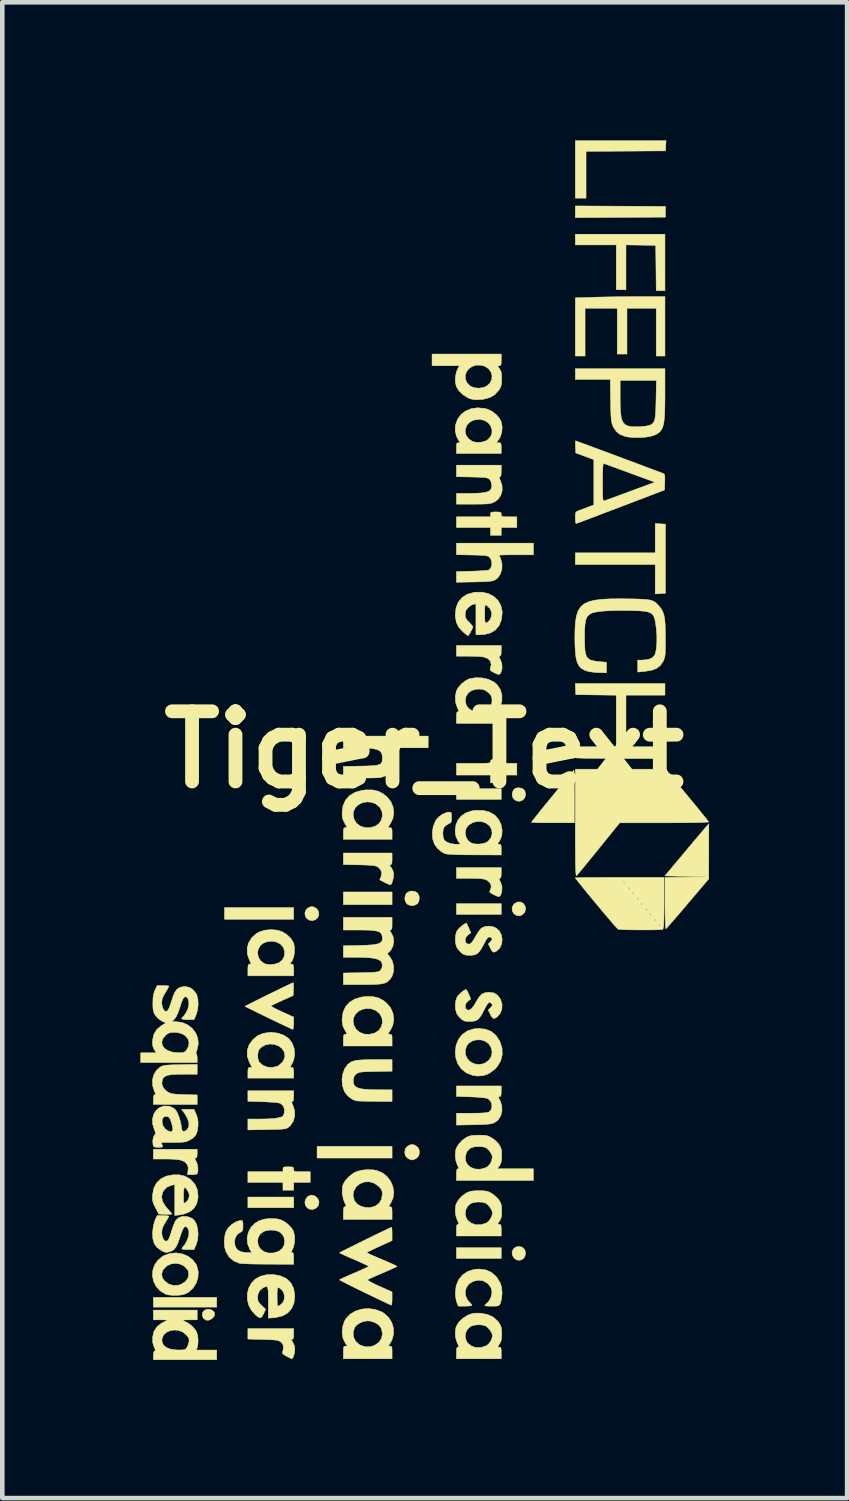
<source format=kicad_pcb>
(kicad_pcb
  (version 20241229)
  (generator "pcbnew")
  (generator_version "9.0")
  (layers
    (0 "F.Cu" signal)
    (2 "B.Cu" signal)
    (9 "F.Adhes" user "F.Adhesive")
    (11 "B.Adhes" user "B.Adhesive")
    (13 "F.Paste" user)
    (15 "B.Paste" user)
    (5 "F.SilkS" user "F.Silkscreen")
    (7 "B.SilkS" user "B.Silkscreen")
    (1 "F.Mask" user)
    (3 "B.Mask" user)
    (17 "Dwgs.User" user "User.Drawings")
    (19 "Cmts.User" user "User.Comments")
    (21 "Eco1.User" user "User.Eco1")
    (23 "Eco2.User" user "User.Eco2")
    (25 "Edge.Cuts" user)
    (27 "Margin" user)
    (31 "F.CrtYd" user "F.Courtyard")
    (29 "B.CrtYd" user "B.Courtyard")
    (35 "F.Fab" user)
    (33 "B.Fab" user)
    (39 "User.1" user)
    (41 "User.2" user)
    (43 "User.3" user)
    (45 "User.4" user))
  (footprint "Tiger_Text"
    (layer "F.Cu")
    (at 6.165 13.234)
    (property "Reference" "Tiger_Text" (at 0 0 0) (layer "F.SilkS") (effects (font (size 1.524 1.524) (thickness 0.3))))
    (attr through_hole)
    (fp_poly (pts (xy -4.508 12.107) (xy -5.884 12.107) (xy -5.884 11.896) (xy -4.508 11.896) (xy -4.508 12.107)) (stroke (width 0.01) (type solid)) (fill yes) (layer "F.SilkS"))
    (fp_poly (pts (xy -2.836 3.683) (xy -4.339 3.683) (xy -4.339 3.429) (xy -2.836 3.429) (xy -2.836 3.683)) (stroke (width 0.01) (type solid)) (fill yes) (layer "F.SilkS"))
    (fp_poly (pts (xy -2.836 9.948) (xy -3.831 9.948) (xy -3.831 9.716) (xy -2.836 9.716) (xy -2.836 9.948)) (stroke (width 0.01) (type solid)) (fill yes) (layer "F.SilkS"))
    (fp_poly (pts (xy -0.699 3.365) (xy -1.757 3.365) (xy -1.757 3.09) (xy -0.699 3.09) (xy -0.699 3.365)) (stroke (width 0.01) (type solid)) (fill yes) (layer "F.SilkS"))
    (fp_poly (pts (xy -0.699 8.869) (xy -2.328 8.869) (xy -2.328 8.615) (xy -0.699 8.615) (xy -0.699 8.869)) (stroke (width 0.01) (type solid)) (fill yes) (layer "F.SilkS"))
    (fp_poly (pts (xy 1.672 1.079) (xy 0.699 1.079) (xy 0.699 0.847) (xy 1.672 0.847) (xy 1.672 1.079)) (stroke (width 0.01) (type solid)) (fill yes) (layer "F.SilkS"))
    (fp_poly (pts (xy 1.672 3.577) (xy 0.699 3.577) (xy 0.699 3.344) (xy 1.672 3.344) (xy 1.672 3.577)) (stroke (width 0.01) (type solid)) (fill yes) (layer "F.SilkS"))
    (fp_poly (pts (xy 1.672 11.049) (xy 0.699 11.049) (xy 0.699 10.816) (xy 1.672 10.816) (xy 1.672 11.049)) (stroke (width 0.01) (type solid)) (fill yes) (layer "F.SilkS"))
    (fp_poly (pts (xy 4.26 -11.806) (xy 5.239 -11.8) (xy 5.239 -11.568) (xy 4.26 -11.562) (xy 3.281 -11.557) (xy 3.281 -11.811) (xy 4.26 -11.806)) (stroke (width 0.01) (type solid)) (fill yes) (layer "F.SilkS"))
    (fp_poly (pts (xy 5.245 -13.118) (xy 5.239 -13.007) (xy 3.514 -12.996) (xy 3.514 -11.98) (xy 3.281 -11.98) (xy 3.281 -13.229) (xy 5.252 -13.229) (xy 5.245 -13.118)) (stroke (width 0.01) (type solid)) (fill yes) (layer "F.SilkS"))
    (fp_poly (pts (xy 5.239 -4.9) (xy 5.239 -3.397) (xy 5.016 -3.384) (xy 5.016 -4.022) (xy 3.281 -4.022) (xy 3.281 -4.276) (xy 5.016 -4.276) (xy 5.016 -4.913) (xy 5.239 -4.9)) (stroke (width 0.01) (type solid)) (fill yes) (layer "F.SilkS"))
    (fp_poly (pts (xy 5.228 -9.97) (xy 5.038 -9.97) (xy 5.033 -10.462) (xy 5.027 -10.954) (xy 4.704 -10.96) (xy 4.381 -10.965) (xy 4.381 -9.991) (xy 4.17 -9.991) (xy 4.17 -10.964) (xy 3.281 -10.964) (xy 3.281 -11.197) (xy 5.228 -11.197) (xy 5.228 -9.97)) (stroke (width 0.01) (type solid)) (fill yes) (layer "F.SilkS"))
    (fp_poly (pts (xy -4.606 12.175) (xy -4.563 12.215) (xy -4.551 12.26) (xy -4.57 12.315) (xy -4.617 12.361) (xy -4.677 12.39) (xy -4.738 12.39) (xy -4.741 12.389) (xy -4.795 12.351) (xy -4.821 12.294) (xy -4.818 12.233) (xy -4.787 12.185) (xy -4.73 12.155) (xy -4.665 12.153) (xy -4.606 12.175)) (stroke (width 0.01) (type solid)) (fill yes) (layer "F.SilkS"))
    (fp_poly (pts (xy 2.148 3.335) (xy 2.189 3.392) (xy 2.201 3.457) (xy 2.184 3.527) (xy 2.138 3.58) (xy 2.077 3.609) (xy 2.011 3.604) (xy 1.946 3.562) (xy 1.91 3.5) (xy 1.907 3.43) (xy 1.94 3.363) (xy 1.954 3.348) (xy 2.02 3.309) (xy 2.088 3.306) (xy 2.148 3.335)) (stroke (width 0.01) (type solid)) (fill yes) (layer "F.SilkS"))
    (fp_poly (pts (xy -2.404 3.413) (xy -2.342 3.447) (xy -2.332 3.457) (xy -2.293 3.523) (xy -2.29 3.589) (xy -2.315 3.649) (xy -2.364 3.693) (xy -2.431 3.712) (xy -2.501 3.701) (xy -2.55 3.667) (xy -2.581 3.622) (xy -2.594 3.549) (xy -2.573 3.485) (xy -2.529 3.437) (xy -2.47 3.411) (xy -2.404 3.413)) (stroke (width 0.01) (type solid)) (fill yes) (layer "F.SilkS"))
    (fp_poly (pts (xy -2.375 9.692) (xy -2.319 9.741) (xy -2.288 9.808) (xy -2.286 9.832) (xy -2.304 9.905) (xy -2.35 9.957) (xy -2.415 9.984) (xy -2.486 9.981) (xy -2.542 9.951) (xy -2.583 9.895) (xy -2.593 9.827) (xy -2.575 9.761) (xy -2.534 9.706) (xy -2.473 9.676) (xy -2.445 9.673) (xy -2.375 9.692)) (stroke (width 0.01) (type solid)) (fill yes) (layer "F.SilkS"))
    (fp_poly (pts (xy 2.129 10.806) (xy 2.181 10.856) (xy 2.201 10.93) (xy 2.201 10.936) (xy 2.185 11.01) (xy 2.141 11.063) (xy 2.081 11.089) (xy 2.014 11.084) (xy 1.952 11.044) (xy 1.951 11.042) (xy 1.912 10.976) (xy 1.907 10.907) (xy 1.934 10.846) (xy 1.986 10.803) (xy 2.053 10.788) (xy 2.129 10.806)) (stroke (width 0.01) (type solid)) (fill yes) (layer "F.SilkS"))
    (fp_poly (pts (xy 2.131 0.841) (xy 2.182 0.887) (xy 2.201 0.961) (xy 2.201 0.97) (xy 2.184 1.043) (xy 2.138 1.095) (xy 2.076 1.119) (xy 2.007 1.113) (xy 1.951 1.079) (xy 1.913 1.017) (xy 1.909 0.942) (xy 1.938 0.873) (xy 1.979 0.837) (xy 2.042 0.826) (xy 2.051 0.826) (xy 2.131 0.841)) (stroke (width 0.01) (type solid)) (fill yes) (layer "F.SilkS"))
    (fp_poly (pts (xy -0.189 3.084) (xy -0.148 3.111) (xy -0.114 3.173) (xy -0.106 3.228) (xy -0.121 3.303) (xy -0.148 3.344) (xy -0.209 3.379) (xy -0.265 3.387) (xy -0.34 3.371) (xy -0.381 3.344) (xy -0.415 3.283) (xy -0.423 3.228) (xy -0.408 3.153) (xy -0.381 3.111) (xy -0.32 3.077) (xy -0.265 3.069) (xy -0.189 3.084)) (stroke (width 0.01) (type solid)) (fill yes) (layer "F.SilkS"))
    (fp_poly (pts (xy 5.228 -8.551) (xy 5.038 -8.551) (xy 5.038 -9.588) (xy 4.403 -9.588) (xy 4.403 -8.594) (xy 4.191 -8.594) (xy 4.191 -9.588) (xy 3.493 -9.588) (xy 3.493 -8.551) (xy 3.281 -8.551) (xy 3.281 -9.815) (xy 3.709 -9.829) (xy 3.86 -9.833) (xy 4.04 -9.836) (xy 4.236 -9.839) (xy 4.434 -9.841) (xy 4.622 -9.842) (xy 4.683 -9.842) (xy 5.228 -9.842) (xy 5.228 -8.551)) (stroke (width 0.01) (type solid)) (fill yes) (layer "F.SilkS"))
    (fp_poly (pts (xy -2.886 9.061) (xy -2.851 9.068) (xy -2.838 9.086) (xy -2.836 9.112) (xy -2.835 9.138) (xy -2.824 9.154) (xy -2.796 9.162) (xy -2.743 9.165) (xy -2.656 9.165) (xy -2.477 9.165) (xy -2.477 9.398) (xy -2.836 9.398) (xy -2.836 9.567) (xy -3.069 9.567) (xy -3.069 9.398) (xy -3.831 9.398) (xy -3.831 9.165) (xy -3.069 9.165) (xy -3.069 9.112) (xy -3.066 9.082) (xy -3.05 9.066) (xy -3.011 9.06) (xy -2.953 9.059) (xy -2.886 9.061)) (stroke (width 0.01) (type solid)) (fill yes) (layer "F.SilkS"))
    (fp_poly (pts (xy 1.622 -5.163) (xy 1.657 -5.156) (xy 1.67 -5.138) (xy 1.672 -5.112) (xy 1.674 -5.086) (xy 1.685 -5.07) (xy 1.714 -5.062) (xy 1.77 -5.059) (xy 1.841 -5.059) (xy 2.011 -5.059) (xy 2.011 -4.826) (xy 1.672 -4.826) (xy 1.672 -4.657) (xy 1.439 -4.657) (xy 1.439 -4.826) (xy 0.699 -4.826) (xy 0.699 -5.059) (xy 1.439 -5.059) (xy 1.439 -5.112) (xy 1.442 -5.142) (xy 1.458 -5.158) (xy 1.498 -5.164) (xy 1.556 -5.165) (xy 1.622 -5.163)) (stroke (width 0.01) (type solid)) (fill yes) (layer "F.SilkS"))
    (fp_poly (pts (xy -0.215 8.585) (xy -0.162 8.616) (xy -0.162 8.616) (xy -0.121 8.661) (xy -0.106 8.72) (xy -0.106 8.742) (xy -0.115 8.808) (xy -0.147 8.855) (xy -0.162 8.867) (xy -0.215 8.898) (xy -0.264 8.911) (xy -0.265 8.911) (xy -0.314 8.898) (xy -0.367 8.867) (xy -0.368 8.867) (xy -0.408 8.822) (xy -0.423 8.763) (xy -0.423 8.742) (xy -0.414 8.675) (xy -0.382 8.629) (xy -0.368 8.616) (xy -0.314 8.585) (xy -0.265 8.573) (xy -0.265 8.572) (xy -0.215 8.585)) (stroke (width 0.01) (type solid)) (fill yes) (layer "F.SilkS"))
    (fp_poly (pts (xy 5.228 -1.185) (xy 4.381 -1.185) (xy 4.381 -0.064) (xy 5.228 -0.064) (xy 5.228 0.191) (xy 4.269 0.191) (xy 4.071 0.19) (xy 3.887 0.189) (xy 3.719 0.188) (xy 3.574 0.186) (xy 3.455 0.184) (xy 3.365 0.181) (xy 3.311 0.179) (xy 3.295 0.176) (xy 3.287 0.149) (xy 3.282 0.093) (xy 3.281 0.049) (xy 3.281 -0.064) (xy 4.17 -0.064) (xy 4.17 -1.184) (xy 3.731 -1.19) (xy 3.291 -1.196) (xy 3.285 -1.318) (xy 3.279 -1.439) (xy 5.228 -1.439) (xy 5.228 -1.185)) (stroke (width 0.01) (type solid)) (fill yes) (layer "F.SilkS"))
    (fp_poly (pts (xy -4.932 8.774) (xy -4.936 8.836) (xy -4.95 8.865) (xy -4.964 8.869) (xy -4.985 8.873) (xy -4.979 8.894) (xy -4.966 8.916) (xy -4.934 8.989) (xy -4.916 9.078) (xy -4.916 9.159) (xy -4.919 9.176) (xy -4.932 9.207) (xy -4.957 9.223) (xy -5.006 9.228) (xy -5.038 9.229) (xy -5.144 9.229) (xy -5.131 9.144) (xy -5.128 9.066) (xy -5.152 9.007) (xy -5.191 8.962) (xy -5.244 8.93) (xy -5.318 8.908) (xy -5.418 8.896) (xy -5.553 8.89) (xy -5.612 8.89) (xy -5.884 8.89) (xy -5.884 8.678) (xy -4.932 8.678) (xy -4.932 8.774)) (stroke (width 0.01) (type solid)) (fill yes) (layer "F.SilkS"))
    (fp_poly (pts (xy 1.623 0.214) (xy 1.658 0.221) (xy 1.671 0.239) (xy 1.672 0.254) (xy 1.676 0.275) (xy 1.692 0.288) (xy 1.73 0.294) (xy 1.797 0.296) (xy 1.841 0.296) (xy 2.011 0.296) (xy 2.011 0.55) (xy 1.672 0.55) (xy 1.672 0.72) (xy 1.439 0.72) (xy 1.439 0.55) (xy 0.699 0.55) (xy 0.699 0.296) (xy 1.069 0.296) (xy 1.202 0.296) (xy 1.299 0.295) (xy 1.365 0.292) (xy 1.406 0.288) (xy 1.429 0.28) (xy 1.438 0.269) (xy 1.439 0.254) (xy 1.444 0.23) (xy 1.466 0.217) (xy 1.515 0.212) (xy 1.556 0.212) (xy 1.623 0.214)) (stroke (width 0.01) (type solid)) (fill yes) (layer "F.SilkS"))
    (fp_poly (pts (xy 1.672 -2.148) (xy 1.669 -2.078) (xy 1.659 -2.042) (xy 1.641 -2.032) (xy 1.624 -2.026) (xy 1.63 -2.001) (xy 1.651 -1.963) (xy 1.685 -1.872) (xy 1.691 -1.769) (xy 1.669 -1.684) (xy 1.648 -1.648) (xy 1.623 -1.635) (xy 1.583 -1.643) (xy 1.517 -1.673) (xy 1.508 -1.678) (xy 1.45 -1.712) (xy 1.429 -1.741) (xy 1.431 -1.756) (xy 1.454 -1.847) (xy 1.438 -1.922) (xy 1.385 -1.978) (xy 1.302 -2.011) (xy 1.247 -2.019) (xy 1.162 -2.026) (xy 1.058 -2.03) (xy 0.958 -2.031) (xy 0.699 -2.032) (xy 0.699 -2.265) (xy 1.672 -2.265) (xy 1.672 -2.148)) (stroke (width 0.01) (type solid)) (fill yes) (layer "F.SilkS"))
    (fp_poly (pts (xy 3.253 0.465) (xy 3.255 0.522) (xy 3.257 0.61) (xy 3.258 0.725) (xy 3.259 0.86) (xy 3.26 1.01) (xy 3.26 1.587) (xy 2.794 1.587) (xy 2.659 1.587) (xy 2.539 1.586) (xy 2.441 1.584) (xy 2.37 1.581) (xy 2.333 1.578) (xy 2.328 1.576) (xy 2.341 1.558) (xy 2.377 1.511) (xy 2.432 1.441) (xy 2.503 1.352) (xy 2.586 1.249) (xy 2.677 1.137) (xy 2.773 1.02) (xy 2.869 0.902) (xy 2.962 0.788) (xy 3.048 0.684) (xy 3.123 0.592) (xy 3.184 0.519) (xy 3.227 0.469) (xy 3.249 0.446) (xy 3.25 0.445) (xy 3.253 0.465)) (stroke (width 0.01) (type solid)) (fill yes) (layer "F.SilkS"))
    (fp_poly (pts (xy 6.18 2.206) (xy 6.179 2.805) (xy 5.722 3.344) (xy 5.613 3.473) (xy 5.511 3.592) (xy 5.422 3.695) (xy 5.347 3.781) (xy 5.291 3.845) (xy 5.256 3.882) (xy 5.247 3.891) (xy 5.242 3.873) (xy 5.237 3.818) (xy 5.234 3.731) (xy 5.231 3.617) (xy 5.229 3.483) (xy 5.228 3.336) (xy 5.228 2.773) (xy 5.699 2.768) (xy 6.17 2.763) (xy 5.698 2.752) (xy 5.226 2.741) (xy 5.642 2.244) (xy 5.749 2.116) (xy 5.85 1.996) (xy 5.941 1.888) (xy 6.018 1.797) (xy 6.076 1.728) (xy 6.113 1.684) (xy 6.12 1.677) (xy 6.181 1.607) (xy 6.18 2.206)) (stroke (width 0.01) (type solid)) (fill yes) (layer "F.SilkS"))
    (fp_poly (pts (xy -0.699 2.371) (xy -0.701 2.444) (xy -0.709 2.483) (xy -0.725 2.497) (xy -0.732 2.498) (xy -0.75 2.503) (xy -0.742 2.525) (xy -0.722 2.553) (xy -0.686 2.614) (xy -0.667 2.674) (xy -0.665 2.73) (xy -0.675 2.798) (xy -0.691 2.864) (xy -0.712 2.914) (xy -0.731 2.934) (xy -0.759 2.928) (xy -0.812 2.906) (xy -0.859 2.883) (xy -0.967 2.826) (xy -0.939 2.758) (xy -0.923 2.675) (xy -0.949 2.603) (xy -1.009 2.546) (xy -1.038 2.532) (xy -1.076 2.521) (xy -1.133 2.513) (xy -1.213 2.507) (xy -1.324 2.503) (xy -1.412 2.501) (xy -1.757 2.494) (xy -1.757 2.244) (xy -0.699 2.244) (xy -0.699 2.371)) (stroke (width 0.01) (type solid)) (fill yes) (layer "F.SilkS"))
    (fp_poly (pts (xy 1.672 2.678) (xy 1.669 2.748) (xy 1.659 2.784) (xy 1.641 2.794) (xy 1.624 2.8) (xy 1.63 2.825) (xy 1.651 2.863) (xy 1.688 2.963) (xy 1.685 3.075) (xy 1.67 3.13) (xy 1.65 3.174) (xy 1.625 3.191) (xy 1.584 3.184) (xy 1.517 3.152) (xy 1.513 3.15) (xy 1.454 3.119) (xy 1.425 3.098) (xy 1.42 3.078) (xy 1.433 3.049) (xy 1.44 3.037) (xy 1.456 2.966) (xy 1.434 2.899) (xy 1.376 2.844) (xy 1.354 2.831) (xy 1.315 2.815) (xy 1.264 2.805) (xy 1.194 2.798) (xy 1.096 2.795) (xy 0.99 2.794) (xy 0.699 2.794) (xy 0.699 2.561) (xy 1.672 2.561) (xy 1.672 2.678)) (stroke (width 0.01) (type solid)) (fill yes) (layer "F.SilkS"))
    (fp_poly (pts (xy -2.836 12.689) (xy -2.839 12.759) (xy -2.849 12.795) (xy -2.868 12.806) (xy -2.869 12.806) (xy -2.886 12.812) (xy -2.878 12.836) (xy -2.857 12.866) (xy -2.821 12.944) (xy -2.811 13.014) (xy -2.816 13.079) (xy -2.83 13.144) (xy -2.849 13.198) (xy -2.87 13.226) (xy -2.876 13.228) (xy -2.901 13.219) (xy -2.95 13.195) (xy -2.992 13.174) (xy -3.052 13.139) (xy -3.078 13.112) (xy -3.078 13.087) (xy -3.078 13.085) (xy -3.066 13.039) (xy -3.06 12.979) (xy -3.06 12.978) (xy -3.07 12.915) (xy -3.11 12.868) (xy -3.117 12.862) (xy -3.144 12.845) (xy -3.177 12.833) (xy -3.223 12.824) (xy -3.29 12.818) (xy -3.384 12.813) (xy -3.503 12.809) (xy -3.831 12.801) (xy -3.831 12.573) (xy -2.836 12.573) (xy -2.836 12.689)) (stroke (width 0.01) (type solid)) (fill yes) (layer "F.SilkS"))
    (fp_poly (pts (xy 5.705 0.985) (xy 5.815 1.118) (xy 5.916 1.24) (xy 6.004 1.349) (xy 6.078 1.44) (xy 6.133 1.509) (xy 6.167 1.553) (xy 6.177 1.567) (xy 6.158 1.572) (xy 6.098 1.577) (xy 6 1.58) (xy 5.864 1.583) (xy 5.692 1.586) (xy 5.486 1.587) (xy 5.247 1.588) (xy 5.214 1.588) (xy 4.244 1.588) (xy 3.79 2.15) (xy 3.682 2.283) (xy 3.581 2.407) (xy 3.491 2.516) (xy 3.416 2.608) (xy 3.358 2.677) (xy 3.321 2.721) (xy 3.308 2.734) (xy 3.302 2.733) (xy 3.297 2.715) (xy 3.293 2.679) (xy 3.289 2.621) (xy 3.286 2.539) (xy 3.284 2.429) (xy 3.283 2.289) (xy 3.282 2.116) (xy 3.281 1.908) (xy 3.281 1.66) (xy 3.281 1.59) (xy 3.281 0.423) (xy 5.241 0.423) (xy 5.705 0.985)) (stroke (width 0.01) (type solid)) (fill yes) (layer "F.SilkS"))
    (fp_poly (pts (xy 0.085 -0.042) (xy -0.756 -0.042) (xy -0.704 0.058) (xy -0.665 0.174) (xy -0.662 0.291) (xy -0.691 0.401) (xy -0.752 0.495) (xy -0.842 0.564) (xy -0.846 0.566) (xy -0.882 0.583) (xy -0.917 0.595) (xy -0.96 0.604) (xy -1.017 0.609) (xy -1.096 0.612) (xy -1.202 0.614) (xy -1.344 0.614) (xy -1.349 0.614) (xy -1.757 0.614) (xy -1.757 0.363) (xy -1.378 0.356) (xy -1.226 0.352) (xy -1.11 0.347) (xy -1.027 0.337) (xy -0.971 0.321) (xy -0.936 0.297) (xy -0.918 0.263) (xy -0.911 0.216) (xy -0.91 0.179) (xy -0.915 0.113) (xy -0.934 0.061) (xy -0.97 0.022) (xy -1.029 -0.005) (xy -1.114 -0.024) (xy -1.231 -0.035) (xy -1.383 -0.04) (xy -1.476 -0.041) (xy -1.757 -0.042) (xy -1.757 -0.296) (xy 0.085 -0.296) (xy 0.085 -0.042)) (stroke (width 0.01) (type solid)) (fill yes) (layer "F.SilkS"))
    (fp_poly (pts (xy -2.836 7.525) (xy -2.84 7.597) (xy -2.851 7.634) (xy -2.865 7.641) (xy -2.88 7.65) (xy -2.873 7.68) (xy -2.853 7.725) (xy -2.815 7.842) (xy -2.814 7.961) (xy -2.846 8.072) (xy -2.91 8.165) (xy -2.949 8.2) (xy -2.973 8.215) (xy -3 8.227) (xy -3.039 8.235) (xy -3.094 8.241) (xy -3.173 8.246) (xy -3.281 8.249) (xy -3.42 8.251) (xy -3.831 8.258) (xy -3.831 8.022) (xy -3.569 8.022) (xy -3.409 8.019) (xy -3.273 8.01) (xy -3.168 7.995) (xy -3.096 7.975) (xy -3.065 7.953) (xy -3.037 7.879) (xy -3.039 7.8) (xy -3.068 7.731) (xy -3.121 7.683) (xy -3.131 7.679) (xy -3.171 7.671) (xy -3.244 7.662) (xy -3.342 7.655) (xy -3.455 7.648) (xy -3.508 7.646) (xy -3.831 7.636) (xy -3.831 7.408) (xy -2.836 7.408) (xy -2.836 7.525)) (stroke (width 0.01) (type solid)) (fill yes) (layer "F.SilkS"))
    (fp_poly (pts (xy 1.672 -6.054) (xy 1.669 -5.978) (xy 1.66 -5.938) (xy 1.643 -5.927) (xy 1.628 -5.919) (xy 1.634 -5.89) (xy 1.653 -5.848) (xy 1.69 -5.736) (xy 1.692 -5.624) (xy 1.66 -5.52) (xy 1.598 -5.434) (xy 1.525 -5.382) (xy 1.487 -5.364) (xy 1.449 -5.352) (xy 1.403 -5.343) (xy 1.342 -5.338) (xy 1.257 -5.335) (xy 1.142 -5.334) (xy 1.064 -5.334) (xy 0.699 -5.334) (xy 0.699 -5.567) (xy 0.968 -5.567) (xy 1.127 -5.57) (xy 1.249 -5.578) (xy 1.339 -5.593) (xy 1.401 -5.614) (xy 1.436 -5.639) (xy 1.462 -5.691) (xy 1.465 -5.761) (xy 1.447 -5.83) (xy 1.42 -5.871) (xy 1.4 -5.888) (xy 1.374 -5.9) (xy 1.337 -5.909) (xy 1.28 -5.915) (xy 1.197 -5.919) (xy 1.081 -5.922) (xy 1.037 -5.923) (xy 0.699 -5.93) (xy 0.699 -6.181) (xy 1.672 -6.181) (xy 1.672 -6.054)) (stroke (width 0.01) (type solid)) (fill yes) (layer "F.SilkS"))
    (fp_poly (pts (xy -4.932 7.048) (xy -5.229 7.048) (xy -5.377 7.05) (xy -5.489 7.057) (xy -5.57 7.071) (xy -5.627 7.093) (xy -5.664 7.124) (xy -5.688 7.167) (xy -5.69 7.175) (xy -5.7 7.26) (xy -5.669 7.342) (xy -5.602 7.413) (xy -5.575 7.431) (xy -5.537 7.452) (xy -5.497 7.467) (xy -5.445 7.477) (xy -5.374 7.483) (xy -5.273 7.488) (xy -5.213 7.49) (xy -4.932 7.498) (xy -4.932 7.705) (xy -5.884 7.705) (xy -5.884 7.599) (xy -5.88 7.531) (xy -5.868 7.498) (xy -5.855 7.493) (xy -5.839 7.486) (xy -5.844 7.458) (xy -5.865 7.409) (xy -5.901 7.293) (xy -5.904 7.174) (xy -5.875 7.061) (xy -5.817 6.964) (xy -5.742 6.897) (xy -5.71 6.879) (xy -5.677 6.866) (xy -5.635 6.856) (xy -5.577 6.85) (xy -5.496 6.845) (xy -5.385 6.842) (xy -5.297 6.84) (xy -4.932 6.833) (xy -4.932 7.048)) (stroke (width 0.01) (type solid)) (fill yes) (layer "F.SilkS"))
    (fp_poly (pts (xy 1.672 7.419) (xy 1.669 7.489) (xy 1.659 7.525) (xy 1.64 7.535) (xy 1.618 7.536) (xy 1.612 7.545) (xy 1.622 7.573) (xy 1.649 7.627) (xy 1.651 7.631) (xy 1.685 7.737) (xy 1.688 7.847) (xy 1.661 7.95) (xy 1.607 8.038) (xy 1.529 8.099) (xy 1.528 8.1) (xy 1.492 8.114) (xy 1.448 8.125) (xy 1.387 8.133) (xy 1.304 8.139) (xy 1.19 8.143) (xy 1.074 8.146) (xy 0.699 8.153) (xy 0.699 7.895) (xy 1.028 7.895) (xy 1.154 7.894) (xy 1.262 7.89) (xy 1.344 7.883) (xy 1.392 7.875) (xy 1.399 7.873) (xy 1.448 7.826) (xy 1.469 7.76) (xy 1.464 7.688) (xy 1.434 7.623) (xy 1.381 7.578) (xy 1.335 7.566) (xy 1.254 7.556) (xy 1.144 7.547) (xy 1.013 7.54) (xy 1.011 7.54) (xy 0.699 7.53) (xy 0.699 7.303) (xy 1.672 7.303) (xy 1.672 7.419)) (stroke (width 0.01) (type solid)) (fill yes) (layer "F.SilkS"))
    (fp_poly (pts (xy 2.371 -4.233) (xy 2 -4.233) (xy 1.88 -4.233) (xy 1.777 -4.232) (xy 1.696 -4.23) (xy 1.645 -4.228) (xy 1.63 -4.225) (xy 1.637 -4.203) (xy 1.656 -4.156) (xy 1.662 -4.141) (xy 1.689 -4.032) (xy 1.686 -3.921) (xy 1.654 -3.818) (xy 1.598 -3.733) (xy 1.54 -3.689) (xy 1.508 -3.675) (xy 1.466 -3.664) (xy 1.407 -3.657) (xy 1.325 -3.651) (xy 1.212 -3.647) (xy 1.085 -3.644) (xy 0.699 -3.637) (xy 0.699 -3.869) (xy 1.032 -3.878) (xy 1.149 -3.882) (xy 1.252 -3.888) (xy 1.335 -3.894) (xy 1.387 -3.9) (xy 1.401 -3.903) (xy 1.443 -3.943) (xy 1.465 -4.006) (xy 1.465 -4.079) (xy 1.443 -4.147) (xy 1.414 -4.184) (xy 1.392 -4.199) (xy 1.361 -4.21) (xy 1.313 -4.218) (xy 1.241 -4.223) (xy 1.14 -4.227) (xy 1.035 -4.229) (xy 0.699 -4.236) (xy 0.699 -4.487) (xy 2.371 -4.487) (xy 2.371 -4.233)) (stroke (width 0.01) (type solid)) (fill yes) (layer "F.SilkS"))
    (fp_poly (pts (xy -2.84 5.078) (xy -2.839 5.129) (xy -2.841 5.199) (xy -2.847 5.339) (xy -3.08 5.444) (xy -3.171 5.485) (xy -3.249 5.522) (xy -3.303 5.549) (xy -3.328 5.563) (xy -3.328 5.563) (xy -3.315 5.577) (xy -3.271 5.604) (xy -3.2 5.64) (xy -3.111 5.682) (xy -3.09 5.692) (xy -2.836 5.807) (xy -2.836 5.941) (xy -2.839 6.01) (xy -2.845 6.058) (xy -2.853 6.075) (xy -2.875 6.066) (xy -2.931 6.041) (xy -3.014 6.002) (xy -3.12 5.952) (xy -3.244 5.893) (xy -3.377 5.829) (xy -3.512 5.763) (xy -3.634 5.703) (xy -3.738 5.652) (xy -3.819 5.612) (xy -3.873 5.585) (xy -3.893 5.575) (xy -3.876 5.564) (xy -3.828 5.539) (xy -3.753 5.5) (xy -3.658 5.452) (xy -3.547 5.397) (xy -3.429 5.338) (xy -3.307 5.279) (xy -3.188 5.221) (xy -3.078 5.167) (xy -2.983 5.122) (xy -2.908 5.086) (xy -2.86 5.065) (xy -2.844 5.059) (xy -2.84 5.078)) (stroke (width 0.01) (type solid)) (fill yes) (layer "F.SilkS"))
    (fp_poly (pts (xy -0.699 6.982) (xy -1.057 6.989) (xy -1.19 6.992) (xy -1.288 6.995) (xy -1.357 7) (xy -1.405 7.008) (xy -1.439 7.019) (xy -1.466 7.033) (xy -1.475 7.04) (xy -1.52 7.088) (xy -1.539 7.153) (xy -1.541 7.169) (xy -1.54 7.234) (xy -1.522 7.286) (xy -1.484 7.325) (xy -1.422 7.352) (xy -1.331 7.371) (xy -1.207 7.381) (xy -1.047 7.386) (xy -0.99 7.386) (xy -0.699 7.387) (xy -0.699 7.641) (xy -1.064 7.638) (xy -1.187 7.637) (xy -1.299 7.634) (xy -1.391 7.632) (xy -1.455 7.628) (xy -1.48 7.626) (xy -1.567 7.591) (xy -1.652 7.527) (xy -1.721 7.445) (xy -1.739 7.412) (xy -1.777 7.295) (xy -1.787 7.169) (xy -1.77 7.043) (xy -1.73 6.93) (xy -1.666 6.841) (xy -1.658 6.832) (xy -1.614 6.798) (xy -1.565 6.772) (xy -1.505 6.754) (xy -1.426 6.742) (xy -1.322 6.735) (xy -1.187 6.731) (xy -1.08 6.731) (xy -0.699 6.731) (xy -0.699 6.982)) (stroke (width 0.01) (type solid)) (fill yes) (layer "F.SilkS"))
    (fp_poly (pts (xy 1.33 6.07) (xy 1.453 6.118) (xy 1.554 6.201) (xy 1.633 6.32) (xy 1.643 6.339) (xy 1.689 6.482) (xy 1.694 6.624) (xy 1.659 6.759) (xy 1.583 6.883) (xy 1.537 6.934) (xy 1.418 7.026) (xy 1.291 7.077) (xy 1.154 7.088) (xy 1.048 7.071) (xy 0.914 7.019) (xy 0.807 6.935) (xy 0.73 6.824) (xy 0.684 6.689) (xy 0.673 6.572) (xy 0.678 6.532) (xy 0.89 6.532) (xy 0.896 6.624) (xy 0.932 6.706) (xy 0.993 6.772) (xy 1.073 6.818) (xy 1.167 6.837) (xy 1.267 6.825) (xy 1.334 6.798) (xy 1.413 6.735) (xy 1.46 6.653) (xy 1.473 6.559) (xy 1.449 6.464) (xy 1.405 6.393) (xy 1.331 6.334) (xy 1.24 6.304) (xy 1.141 6.301) (xy 1.047 6.324) (xy 0.968 6.374) (xy 0.921 6.434) (xy 0.89 6.532) (xy 0.678 6.532) (xy 0.691 6.42) (xy 0.743 6.29) (xy 0.825 6.185) (xy 0.936 6.108) (xy 1.071 6.064) (xy 1.181 6.054) (xy 1.33 6.07)) (stroke (width 0.01) (type solid)) (fill yes) (layer "F.SilkS"))
    (fp_poly (pts (xy -5.257 10.95) (xy -5.136 10.999) (xy -5.034 11.075) (xy -4.957 11.174) (xy -4.94 11.211) (xy -4.909 11.336) (xy -4.915 11.465) (xy -4.955 11.588) (xy -5.024 11.697) (xy -5.12 11.783) (xy -5.19 11.82) (xy -5.267 11.841) (xy -5.366 11.851) (xy -5.471 11.85) (xy -5.565 11.84) (xy -5.62 11.824) (xy -5.737 11.753) (xy -5.823 11.659) (xy -5.879 11.55) (xy -5.903 11.431) (xy -5.901 11.388) (xy -5.704 11.388) (xy -5.69 11.466) (xy -5.645 11.533) (xy -5.554 11.603) (xy -5.45 11.636) (xy -5.339 11.63) (xy -5.286 11.613) (xy -5.196 11.558) (xy -5.138 11.487) (xy -5.114 11.407) (xy -5.127 11.324) (xy -5.143 11.293) (xy -5.212 11.218) (xy -5.3 11.173) (xy -5.399 11.156) (xy -5.499 11.169) (xy -5.589 11.209) (xy -5.661 11.279) (xy -5.677 11.305) (xy -5.704 11.388) (xy -5.901 11.388) (xy -5.897 11.311) (xy -5.859 11.196) (xy -5.789 11.092) (xy -5.687 11.006) (xy -5.649 10.985) (xy -5.522 10.94) (xy -5.389 10.929) (xy -5.257 10.95)) (stroke (width 0.01) (type solid)) (fill yes) (layer "F.SilkS"))
    (fp_poly (pts (xy 1.335 11.298) (xy 1.46 11.353) (xy 1.564 11.445) (xy 1.646 11.573) (xy 1.657 11.598) (xy 1.682 11.689) (xy 1.69 11.801) (xy 1.681 11.915) (xy 1.657 12.012) (xy 1.65 12.028) (xy 1.634 12.058) (xy 1.612 12.075) (xy 1.574 12.084) (xy 1.51 12.086) (xy 1.468 12.086) (xy 1.393 12.085) (xy 1.338 12.08) (xy 1.313 12.074) (xy 1.312 12.073) (xy 1.327 12.053) (xy 1.363 12.021) (xy 1.364 12.02) (xy 1.403 11.975) (xy 1.44 11.911) (xy 1.45 11.887) (xy 1.471 11.782) (xy 1.451 11.688) (xy 1.39 11.605) (xy 1.374 11.59) (xy 1.279 11.535) (xy 1.175 11.522) (xy 1.066 11.546) (xy 0.976 11.6) (xy 0.917 11.676) (xy 0.89 11.765) (xy 0.898 11.86) (xy 0.941 11.952) (xy 0.993 12.01) (xy 1.025 12.045) (xy 1.037 12.068) (xy 1.018 12.077) (xy 0.967 12.083) (xy 0.895 12.086) (xy 0.889 12.086) (xy 0.741 12.086) (xy 0.708 12.007) (xy 0.69 11.941) (xy 0.678 11.855) (xy 0.675 11.796) (xy 0.693 11.644) (xy 0.746 11.514) (xy 0.83 11.409) (xy 0.941 11.333) (xy 1.076 11.289) (xy 1.189 11.279) (xy 1.335 11.298)) (stroke (width 0.01) (type solid)) (fill yes) (layer "F.SilkS"))
    (fp_poly (pts (xy 1.312 -7.412) (xy 1.37 -7.398) (xy 1.469 -7.352) (xy 1.562 -7.28) (xy 1.636 -7.194) (xy 1.673 -7.119) (xy 1.692 -7.011) (xy 1.684 -6.898) (xy 1.652 -6.794) (xy 1.622 -6.743) (xy 1.564 -6.668) (xy 1.618 -6.668) (xy 1.649 -6.665) (xy 1.665 -6.649) (xy 1.671 -6.61) (xy 1.672 -6.551) (xy 1.672 -6.435) (xy 0.699 -6.435) (xy 0.699 -6.551) (xy 0.7 -6.618) (xy 0.708 -6.653) (xy 0.726 -6.666) (xy 0.741 -6.668) (xy 0.784 -6.668) (xy 0.742 -6.726) (xy 0.697 -6.816) (xy 0.675 -6.916) (xy 0.889 -6.916) (xy 0.909 -6.83) (xy 0.963 -6.754) (xy 1.043 -6.698) (xy 1.046 -6.696) (xy 1.135 -6.675) (xy 1.237 -6.679) (xy 1.333 -6.706) (xy 1.373 -6.729) (xy 1.439 -6.797) (xy 1.47 -6.876) (xy 1.469 -6.959) (xy 1.439 -7.038) (xy 1.384 -7.105) (xy 1.305 -7.153) (xy 1.208 -7.175) (xy 1.189 -7.175) (xy 1.074 -7.159) (xy 0.984 -7.113) (xy 0.921 -7.041) (xy 0.891 -6.948) (xy 0.889 -6.916) (xy 0.675 -6.916) (xy 0.673 -6.925) (xy 0.675 -7.032) (xy 0.676 -7.042) (xy 0.72 -7.172) (xy 0.795 -7.278) (xy 0.897 -7.357) (xy 1.02 -7.408) (xy 1.16 -7.427) (xy 1.312 -7.412)) (stroke (width 0.01) (type solid)) (fill yes) (layer "F.SilkS"))
    (fp_poly (pts (xy -5.32 9.234) (xy -5.203 9.261) (xy -5.101 9.316) (xy -5.065 9.345) (xy -4.977 9.444) (xy -4.927 9.562) (xy -4.913 9.7) (xy -4.915 9.734) (xy -4.942 9.86) (xy -5.003 9.961) (xy -5.097 10.037) (xy -5.225 10.087) (xy -5.318 10.104) (xy -5.419 10.117) (xy -5.419 9.684) (xy -5.228 9.684) (xy -5.228 9.771) (xy -5.225 9.822) (xy -5.218 9.845) (xy -5.205 9.848) (xy -5.187 9.839) (xy -5.146 9.799) (xy -5.124 9.763) (xy -5.104 9.696) (xy -5.112 9.634) (xy -5.143 9.573) (xy -5.178 9.523) (xy -5.202 9.508) (xy -5.218 9.529) (xy -5.226 9.589) (xy -5.228 9.684) (xy -5.419 9.684) (xy -5.419 9.445) (xy -5.494 9.462) (xy -5.59 9.502) (xy -5.659 9.574) (xy -5.687 9.626) (xy -5.704 9.719) (xy -5.68 9.819) (xy -5.615 9.924) (xy -5.576 9.969) (xy -5.528 10.022) (xy -5.494 10.064) (xy -5.482 10.084) (xy -5.501 10.09) (xy -5.552 10.093) (xy -5.623 10.092) (xy -5.624 10.092) (xy -5.767 10.086) (xy -5.838 9.948) (xy -5.876 9.87) (xy -5.897 9.809) (xy -5.904 9.748) (xy -5.902 9.671) (xy -5.876 9.529) (xy -5.816 9.412) (xy -5.725 9.322) (xy -5.606 9.262) (xy -5.462 9.234) (xy -5.32 9.234)) (stroke (width 0.01) (type solid)) (fill yes) (layer "F.SilkS"))
    (fp_poly (pts (xy -1.073 12.156) (xy -0.937 12.204) (xy -0.874 12.241) (xy -0.774 12.331) (xy -0.705 12.442) (xy -0.669 12.566) (xy -0.667 12.694) (xy -0.7 12.818) (xy -0.744 12.896) (xy -0.771 12.935) (xy -0.773 12.951) (xy -0.749 12.954) (xy -0.742 12.954) (xy -0.719 12.958) (xy -0.705 12.976) (xy -0.7 13.018) (xy -0.699 13.092) (xy -0.699 13.229) (xy -1.757 13.229) (xy -1.757 13.092) (xy -1.756 13.017) (xy -1.75 12.976) (xy -1.737 12.958) (xy -1.713 12.954) (xy -1.669 12.954) (xy -1.712 12.894) (xy -1.764 12.788) (xy -1.784 12.664) (xy -1.783 12.653) (xy -1.544 12.653) (xy -1.537 12.754) (xy -1.494 12.844) (xy -1.417 12.916) (xy -1.387 12.933) (xy -1.273 12.97) (xy -1.16 12.965) (xy -1.07 12.933) (xy -0.983 12.87) (xy -0.928 12.785) (xy -0.909 12.687) (xy -0.928 12.583) (xy -0.943 12.549) (xy -0.993 12.491) (xy -1.071 12.443) (xy -1.162 12.412) (xy -1.228 12.405) (xy -1.319 12.418) (xy -1.407 12.455) (xy -1.479 12.506) (xy -1.512 12.549) (xy -1.544 12.653) (xy -1.783 12.653) (xy -1.774 12.536) (xy -1.734 12.414) (xy -1.7 12.355) (xy -1.609 12.26) (xy -1.493 12.191) (xy -1.36 12.15) (xy -1.217 12.138) (xy -1.073 12.156)) (stroke (width 0.01) (type solid)) (fill yes) (layer "F.SilkS"))
    (fp_poly (pts (xy 1.672 -8.467) (xy 1.671 -8.396) (xy 1.664 -8.358) (xy 1.649 -8.342) (xy 1.629 -8.34) (xy 1.603 -8.338) (xy 1.6 -8.325) (xy 1.622 -8.292) (xy 1.634 -8.274) (xy 1.661 -8.23) (xy 1.676 -8.179) (xy 1.682 -8.108) (xy 1.683 -8.056) (xy 1.68 -7.968) (xy 1.67 -7.907) (xy 1.649 -7.855) (xy 1.625 -7.815) (xy 1.537 -7.716) (xy 1.424 -7.649) (xy 1.285 -7.612) (xy 1.209 -7.605) (xy 1.117 -7.602) (xy 1.049 -7.609) (xy 0.989 -7.626) (xy 0.941 -7.648) (xy 0.837 -7.714) (xy 0.751 -7.799) (xy 0.695 -7.892) (xy 0.695 -7.894) (xy 0.674 -7.992) (xy 0.677 -8.104) (xy 0.684 -8.135) (xy 0.892 -8.135) (xy 0.892 -8.054) (xy 0.925 -7.975) (xy 0.992 -7.905) (xy 1.007 -7.894) (xy 1.089 -7.862) (xy 1.188 -7.853) (xy 1.287 -7.868) (xy 1.351 -7.896) (xy 1.425 -7.961) (xy 1.465 -8.04) (xy 1.472 -8.125) (xy 1.447 -8.207) (xy 1.394 -8.278) (xy 1.314 -8.33) (xy 1.246 -8.35) (xy 1.139 -8.354) (xy 1.047 -8.328) (xy 0.973 -8.279) (xy 0.92 -8.212) (xy 0.892 -8.135) (xy 0.684 -8.135) (xy 0.701 -8.211) (xy 0.717 -8.25) (xy 0.763 -8.34) (xy 0.169 -8.34) (xy 0.169 -8.594) (xy 1.672 -8.594) (xy 1.672 -8.467)) (stroke (width 0.01) (type solid)) (fill yes) (layer "F.SilkS"))
    (fp_poly (pts (xy -3.193 3.919) (xy -3.089 3.951) (xy -2.987 4.013) (xy -2.901 4.095) (xy -2.843 4.186) (xy -2.834 4.209) (xy -2.818 4.297) (xy -2.819 4.399) (xy -2.835 4.497) (xy -2.865 4.576) (xy -2.875 4.593) (xy -2.905 4.635) (xy -2.909 4.653) (xy -2.89 4.657) (xy -2.879 4.657) (xy -2.855 4.661) (xy -2.842 4.681) (xy -2.837 4.726) (xy -2.836 4.784) (xy -2.836 4.911) (xy -3.831 4.911) (xy -3.831 4.784) (xy -3.829 4.712) (xy -3.822 4.674) (xy -3.807 4.659) (xy -3.792 4.657) (xy -3.77 4.654) (xy -3.766 4.639) (xy -3.78 4.603) (xy -3.802 4.558) (xy -3.844 4.433) (xy -3.844 4.424) (xy -3.62 4.424) (xy -3.6 4.512) (xy -3.551 4.588) (xy -3.476 4.643) (xy -3.443 4.656) (xy -3.347 4.668) (xy -3.24 4.655) (xy -3.152 4.624) (xy -3.081 4.565) (xy -3.04 4.485) (xy -3.031 4.392) (xy -3.058 4.299) (xy -3.059 4.296) (xy -3.117 4.226) (xy -3.2 4.18) (xy -3.297 4.16) (xy -3.397 4.166) (xy -3.491 4.199) (xy -3.561 4.254) (xy -3.608 4.334) (xy -3.62 4.424) (xy -3.844 4.424) (xy -3.846 4.307) (xy -3.812 4.187) (xy -3.744 4.08) (xy -3.644 3.992) (xy -3.583 3.958) (xy -3.464 3.92) (xy -3.328 3.907) (xy -3.193 3.919)) (stroke (width 0.01) (type solid)) (fill yes) (layer "F.SilkS"))
    (fp_poly (pts (xy -1.117 0.874) (xy -0.995 0.903) (xy -0.886 0.961) (xy -0.811 1.022) (xy -0.728 1.124) (xy -0.678 1.242) (xy -0.662 1.368) (xy -0.681 1.491) (xy -0.731 1.598) (xy -0.767 1.652) (xy -0.78 1.681) (xy -0.77 1.692) (xy -0.741 1.693) (xy -0.717 1.698) (xy -0.704 1.718) (xy -0.699 1.764) (xy -0.699 1.82) (xy -0.699 1.947) (xy -1.757 1.947) (xy -1.757 1.82) (xy -1.755 1.749) (xy -1.749 1.711) (xy -1.733 1.696) (xy -1.714 1.693) (xy -1.69 1.691) (xy -1.685 1.678) (xy -1.699 1.646) (xy -1.728 1.595) (xy -1.764 1.523) (xy -1.781 1.452) (xy -1.783 1.403) (xy -1.545 1.403) (xy -1.526 1.507) (xy -1.475 1.592) (xy -1.398 1.654) (xy -1.301 1.689) (xy -1.192 1.695) (xy -1.076 1.666) (xy -1.071 1.664) (xy -0.988 1.609) (xy -0.933 1.53) (xy -0.909 1.438) (xy -0.918 1.343) (xy -0.963 1.254) (xy -0.974 1.242) (xy -1.054 1.176) (xy -1.148 1.141) (xy -1.246 1.133) (xy -1.343 1.151) (xy -1.428 1.193) (xy -1.495 1.255) (xy -1.536 1.337) (xy -1.545 1.403) (xy -1.783 1.403) (xy -1.785 1.366) (xy -1.765 1.22) (xy -1.711 1.096) (xy -1.624 0.998) (xy -1.506 0.926) (xy -1.36 0.883) (xy -1.264 0.872) (xy -1.117 0.874)) (stroke (width 0.01) (type solid)) (fill yes) (layer "F.SilkS"))
    (fp_poly (pts (xy -1.117 5.362) (xy -0.995 5.39) (xy -0.886 5.448) (xy -0.811 5.51) (xy -0.728 5.611) (xy -0.678 5.73) (xy -0.662 5.855) (xy -0.681 5.979) (xy -0.731 6.085) (xy -0.767 6.14) (xy -0.78 6.168) (xy -0.77 6.179) (xy -0.741 6.181) (xy -0.717 6.185) (xy -0.704 6.206) (xy -0.699 6.251) (xy -0.699 6.308) (xy -0.699 6.435) (xy -1.757 6.435) (xy -1.757 6.308) (xy -1.755 6.237) (xy -1.749 6.199) (xy -1.733 6.183) (xy -1.714 6.181) (xy -1.69 6.178) (xy -1.685 6.166) (xy -1.699 6.133) (xy -1.728 6.082) (xy -1.764 6.01) (xy -1.781 5.94) (xy -1.783 5.89) (xy -1.545 5.89) (xy -1.526 5.994) (xy -1.475 6.079) (xy -1.398 6.141) (xy -1.301 6.177) (xy -1.192 6.182) (xy -1.076 6.153) (xy -1.071 6.151) (xy -0.988 6.096) (xy -0.933 6.017) (xy -0.909 5.925) (xy -0.918 5.83) (xy -0.963 5.742) (xy -0.974 5.729) (xy -1.054 5.663) (xy -1.148 5.628) (xy -1.246 5.62) (xy -1.343 5.638) (xy -1.428 5.68) (xy -1.495 5.743) (xy -1.536 5.824) (xy -1.545 5.89) (xy -1.783 5.89) (xy -1.785 5.853) (xy -1.765 5.707) (xy -1.711 5.584) (xy -1.624 5.485) (xy -1.506 5.414) (xy -1.36 5.371) (xy -1.264 5.36) (xy -1.117 5.362)) (stroke (width 0.01) (type solid)) (fill yes) (layer "F.SilkS"))
    (fp_poly (pts (xy 5.228 -7.721) (xy 5.227 -7.514) (xy 5.223 -7.345) (xy 5.216 -7.21) (xy 5.203 -7.103) (xy 5.184 -7.021) (xy 5.157 -6.958) (xy 5.122 -6.91) (xy 5.077 -6.873) (xy 5.022 -6.842) (xy 4.999 -6.832) (xy 4.911 -6.805) (xy 4.795 -6.787) (xy 4.665 -6.779) (xy 4.535 -6.781) (xy 4.418 -6.793) (xy 4.361 -6.806) (xy 4.253 -6.848) (xy 4.174 -6.908) (xy 4.113 -6.997) (xy 4.099 -7.027) (xy 4.084 -7.063) (xy 4.073 -7.102) (xy 4.064 -7.15) (xy 4.058 -7.214) (xy 4.053 -7.301) (xy 4.05 -7.417) (xy 4.047 -7.568) (xy 4.047 -7.583) (xy 4.039 -8.022) (xy 4.255 -8.022) (xy 4.255 -7.661) (xy 4.256 -7.484) (xy 4.263 -7.344) (xy 4.275 -7.237) (xy 4.295 -7.157) (xy 4.324 -7.101) (xy 4.363 -7.062) (xy 4.415 -7.036) (xy 4.449 -7.026) (xy 4.517 -7.016) (xy 4.607 -7.014) (xy 4.705 -7.017) (xy 4.799 -7.027) (xy 4.876 -7.041) (xy 4.923 -7.058) (xy 4.956 -7.083) (xy 4.981 -7.112) (xy 5 -7.151) (xy 5.013 -7.205) (xy 5.022 -7.282) (xy 5.028 -7.386) (xy 5.032 -7.524) (xy 5.034 -7.604) (xy 5.042 -8.022) (xy 4.255 -8.022) (xy 4.039 -8.022) (xy 4.039 -8.043) (xy 3.281 -8.043) (xy 3.281 -8.276) (xy 5.228 -8.276) (xy 5.228 -7.721)) (stroke (width 0.01) (type solid)) (fill yes) (layer "F.SilkS"))
    (fp_poly (pts (xy -3.176 6.156) (xy -3.049 6.202) (xy -2.946 6.272) (xy -2.945 6.272) (xy -2.871 6.368) (xy -2.827 6.485) (xy -2.814 6.611) (xy -2.834 6.734) (xy -2.867 6.81) (xy -2.897 6.864) (xy -2.905 6.89) (xy -2.895 6.899) (xy -2.877 6.9) (xy -2.854 6.906) (xy -2.841 6.929) (xy -2.837 6.979) (xy -2.836 7.017) (xy -2.836 7.133) (xy -3.831 7.133) (xy -3.831 7.017) (xy -3.829 6.949) (xy -3.821 6.914) (xy -3.804 6.902) (xy -3.789 6.9) (xy -3.754 6.898) (xy -3.747 6.895) (xy -3.755 6.875) (xy -3.778 6.829) (xy -3.8 6.786) (xy -3.844 6.658) (xy -3.844 6.641) (xy -3.617 6.641) (xy -3.611 6.717) (xy -3.591 6.776) (xy -3.587 6.782) (xy -3.51 6.852) (xy -3.412 6.892) (xy -3.306 6.902) (xy -3.202 6.879) (xy -3.152 6.852) (xy -3.074 6.779) (xy -3.033 6.694) (xy -3.027 6.646) (xy -3.046 6.557) (xy -3.095 6.484) (xy -3.168 6.432) (xy -3.256 6.4) (xy -3.352 6.392) (xy -3.446 6.41) (xy -3.532 6.455) (xy -3.587 6.51) (xy -3.609 6.565) (xy -3.617 6.641) (xy -3.844 6.641) (xy -3.846 6.534) (xy -3.806 6.413) (xy -3.724 6.298) (xy -3.722 6.296) (xy -3.621 6.212) (xy -3.499 6.16) (xy -3.353 6.139) (xy -3.314 6.139) (xy -3.176 6.156)) (stroke (width 0.01) (type solid)) (fill yes) (layer "F.SilkS"))
    (fp_poly (pts (xy -1.097 9.127) (xy -1.024 9.142) (xy -0.904 9.193) (xy -0.805 9.274) (xy -0.729 9.375) (xy -0.681 9.491) (xy -0.662 9.613) (xy -0.677 9.734) (xy -0.728 9.847) (xy -0.731 9.853) (xy -0.762 9.899) (xy -0.768 9.921) (xy -0.753 9.927) (xy -0.74 9.927) (xy -0.718 9.932) (xy -0.705 9.951) (xy -0.7 9.995) (xy -0.699 10.065) (xy -0.699 10.202) (xy -1.757 10.202) (xy -1.757 10.065) (xy -1.755 9.988) (xy -1.748 9.946) (xy -1.733 9.929) (xy -1.723 9.927) (xy -1.698 9.919) (xy -1.698 9.911) (xy -1.757 9.765) (xy -1.772 9.684) (xy -1.546 9.684) (xy -1.52 9.787) (xy -1.513 9.801) (xy -1.455 9.87) (xy -1.37 9.918) (xy -1.269 9.943) (xy -1.163 9.942) (xy -1.064 9.913) (xy -0.981 9.852) (xy -0.929 9.764) (xy -0.91 9.655) (xy -0.91 9.655) (xy -0.915 9.593) (xy -0.936 9.545) (xy -0.981 9.492) (xy -0.99 9.483) (xy -1.084 9.416) (xy -1.19 9.384) (xy -1.298 9.388) (xy -1.401 9.428) (xy -1.48 9.494) (xy -1.532 9.584) (xy -1.546 9.684) (xy -1.772 9.684) (xy -1.784 9.624) (xy -1.777 9.495) (xy -1.76 9.436) (xy -1.712 9.354) (xy -1.636 9.272) (xy -1.546 9.202) (xy -1.481 9.167) (xy -1.366 9.134) (xy -1.232 9.12) (xy -1.097 9.127)) (stroke (width 0.01) (type solid)) (fill yes) (layer "F.SilkS"))
    (fp_poly (pts (xy 0.924 5.225) (xy 0.949 5.27) (xy 0.967 5.311) (xy 1.011 5.415) (xy 0.95 5.46) (xy 0.905 5.51) (xy 0.888 5.569) (xy 0.899 5.621) (xy 0.929 5.65) (xy 0.974 5.657) (xy 1.023 5.627) (xy 1.077 5.56) (xy 1.129 5.473) (xy 1.189 5.374) (xy 1.249 5.311) (xy 1.317 5.278) (xy 1.401 5.267) (xy 1.408 5.267) (xy 1.512 5.283) (xy 1.593 5.332) (xy 1.655 5.418) (xy 1.656 5.42) (xy 1.69 5.527) (xy 1.686 5.634) (xy 1.646 5.732) (xy 1.575 5.81) (xy 1.529 5.836) (xy 1.492 5.831) (xy 1.458 5.791) (xy 1.435 5.747) (xy 1.389 5.652) (xy 1.435 5.608) (xy 1.473 5.566) (xy 1.477 5.534) (xy 1.451 5.504) (xy 1.424 5.489) (xy 1.398 5.496) (xy 1.369 5.529) (xy 1.331 5.593) (xy 1.302 5.648) (xy 1.253 5.74) (xy 1.215 5.802) (xy 1.183 5.842) (xy 1.149 5.869) (xy 1.129 5.881) (xy 1.075 5.896) (xy 1.001 5.903) (xy 0.924 5.901) (xy 0.868 5.891) (xy 0.811 5.855) (xy 0.752 5.797) (xy 0.705 5.729) (xy 0.704 5.727) (xy 0.68 5.645) (xy 0.674 5.545) (xy 0.686 5.446) (xy 0.714 5.371) (xy 0.75 5.324) (xy 0.801 5.275) (xy 0.855 5.233) (xy 0.898 5.209) (xy 0.909 5.207) (xy 0.924 5.225)) (stroke (width 0.01) (type solid)) (fill yes) (layer "F.SilkS"))
    (fp_poly (pts (xy 0.918 3.77) (xy 0.93 3.792) (xy 0.953 3.841) (xy 0.97 3.878) (xy 1.013 3.978) (xy 0.951 4.023) (xy 0.907 4.071) (xy 0.889 4.125) (xy 0.894 4.176) (xy 0.922 4.212) (xy 0.97 4.223) (xy 0.989 4.22) (xy 1.027 4.192) (xy 1.073 4.128) (xy 1.11 4.063) (xy 1.155 3.986) (xy 1.201 3.92) (xy 1.239 3.877) (xy 1.242 3.875) (xy 1.315 3.84) (xy 1.407 3.831) (xy 1.502 3.847) (xy 1.562 3.874) (xy 1.633 3.939) (xy 1.676 4.025) (xy 1.692 4.122) (xy 1.681 4.219) (xy 1.642 4.305) (xy 1.579 4.368) (xy 1.529 4.395) (xy 1.494 4.395) (xy 1.464 4.363) (xy 1.436 4.31) (xy 1.391 4.218) (xy 1.438 4.171) (xy 1.472 4.123) (xy 1.468 4.088) (xy 1.425 4.068) (xy 1.423 4.068) (xy 1.396 4.071) (xy 1.369 4.095) (xy 1.336 4.145) (xy 1.303 4.206) (xy 1.246 4.312) (xy 1.196 4.385) (xy 1.148 4.431) (xy 1.093 4.455) (xy 1.024 4.465) (xy 0.977 4.466) (xy 0.898 4.46) (xy 0.84 4.436) (xy 0.805 4.411) (xy 0.752 4.356) (xy 0.709 4.297) (xy 0.706 4.29) (xy 0.681 4.21) (xy 0.674 4.111) (xy 0.684 4.013) (xy 0.708 3.939) (xy 0.737 3.901) (xy 0.782 3.856) (xy 0.833 3.813) (xy 0.879 3.781) (xy 0.912 3.768) (xy 0.918 3.77)) (stroke (width 0.01) (type solid)) (fill yes) (layer "F.SilkS"))
    (fp_poly (pts (xy -3.137 11.424) (xy -3.015 11.476) (xy -2.985 11.495) (xy -2.894 11.586) (xy -2.837 11.703) (xy -2.813 11.845) (xy -2.812 11.879) (xy -2.831 12.023) (xy -2.883 12.142) (xy -2.967 12.235) (xy -3.081 12.299) (xy -3.224 12.332) (xy -3.248 12.335) (xy -3.387 12.346) (xy -3.387 12.004) (xy -3.387 11.873) (xy -3.196 11.873) (xy -3.195 11.962) (xy -3.192 12.033) (xy -3.188 12.077) (xy -3.184 12.086) (xy -3.158 12.077) (xy -3.131 12.064) (xy -3.074 12.012) (xy -3.042 11.938) (xy -3.037 11.856) (xy -3.061 11.778) (xy -3.096 11.733) (xy -3.14 11.695) (xy -3.168 11.679) (xy -3.185 11.689) (xy -3.193 11.729) (xy -3.196 11.804) (xy -3.196 11.873) (xy -3.387 11.873) (xy -3.387 11.871) (xy -3.389 11.774) (xy -3.396 11.71) (xy -3.407 11.674) (xy -3.426 11.661) (xy -3.453 11.665) (xy -3.491 11.683) (xy -3.499 11.686) (xy -3.573 11.745) (xy -3.612 11.827) (xy -3.619 11.894) (xy -3.615 11.952) (xy -3.598 11.997) (xy -3.559 12.044) (xy -3.532 12.07) (xy -3.445 12.153) (xy -3.483 12.236) (xy -3.518 12.305) (xy -3.549 12.337) (xy -3.586 12.334) (xy -3.639 12.299) (xy -3.658 12.283) (xy -3.751 12.182) (xy -3.813 12.066) (xy -3.843 11.941) (xy -3.843 11.815) (xy -3.814 11.695) (xy -3.756 11.587) (xy -3.67 11.498) (xy -3.562 11.438) (xy -3.423 11.403) (xy -3.278 11.399) (xy -3.137 11.424)) (stroke (width 0.01) (type solid)) (fill yes) (layer "F.SilkS"))
    (fp_poly (pts (xy -0.699 3.778) (xy -0.7 3.855) (xy -0.708 3.897) (xy -0.722 3.914) (xy -0.732 3.916) (xy -0.75 3.921) (xy -0.742 3.943) (xy -0.722 3.971) (xy -0.677 4.059) (xy -0.663 4.161) (xy -0.68 4.263) (xy -0.725 4.352) (xy -0.75 4.381) (xy -0.803 4.43) (xy -0.751 4.491) (xy -0.694 4.588) (xy -0.666 4.699) (xy -0.667 4.813) (xy -0.698 4.918) (xy -0.736 4.977) (xy -0.773 5.017) (xy -0.811 5.047) (xy -0.858 5.069) (xy -0.92 5.084) (xy -1.002 5.094) (xy -1.11 5.099) (xy -1.251 5.101) (xy -1.343 5.101) (xy -1.757 5.101) (xy -1.757 4.85) (xy -1.378 4.843) (xy -1.24 4.84) (xy -1.139 4.837) (xy -1.067 4.832) (xy -1.018 4.825) (xy -0.985 4.816) (xy -0.963 4.803) (xy -0.955 4.796) (xy -0.92 4.741) (xy -0.911 4.673) (xy -0.929 4.61) (xy -0.948 4.587) (xy -0.998 4.557) (xy -1.075 4.534) (xy -1.183 4.519) (xy -1.326 4.511) (xy -1.466 4.509) (xy -1.757 4.508) (xy -1.757 4.259) (xy -1.402 4.251) (xy -1.238 4.245) (xy -1.111 4.236) (xy -1.019 4.22) (xy -0.958 4.196) (xy -0.922 4.163) (xy -0.908 4.118) (xy -0.913 4.06) (xy -0.92 4.029) (xy -0.937 3.991) (xy -0.97 3.962) (xy -1.024 3.941) (xy -1.104 3.927) (xy -1.214 3.919) (xy -1.361 3.916) (xy -1.417 3.916) (xy -1.757 3.916) (xy -1.757 3.641) (xy -0.699 3.641) (xy -0.699 3.778)) (stroke (width 0.01) (type solid)) (fill yes) (layer "F.SilkS"))
    (fp_poly (pts (xy 1.219 12.239) (xy 1.373 12.266) (xy 1.5 12.325) (xy 1.6 12.416) (xy 1.625 12.451) (xy 1.657 12.506) (xy 1.675 12.56) (xy 1.682 12.629) (xy 1.683 12.688) (xy 1.68 12.776) (xy 1.669 12.837) (xy 1.648 12.885) (xy 1.634 12.906) (xy 1.604 12.95) (xy 1.597 12.97) (xy 1.614 12.975) (xy 1.628 12.975) (xy 1.653 12.979) (xy 1.666 12.999) (xy 1.671 13.043) (xy 1.672 13.102) (xy 1.672 13.229) (xy 0.699 13.229) (xy 0.699 13.102) (xy 0.701 13.029) (xy 0.709 12.989) (xy 0.726 12.976) (xy 0.731 12.975) (xy 0.747 12.969) (xy 0.745 12.945) (xy 0.722 12.894) (xy 0.717 12.886) (xy 0.684 12.787) (xy 0.68 12.749) (xy 0.89 12.749) (xy 0.911 12.837) (xy 0.944 12.889) (xy 1.023 12.952) (xy 1.122 12.984) (xy 1.232 12.983) (xy 1.342 12.949) (xy 1.354 12.944) (xy 1.407 12.898) (xy 1.452 12.829) (xy 1.479 12.755) (xy 1.482 12.726) (xy 1.467 12.672) (xy 1.429 12.608) (xy 1.379 12.55) (xy 1.333 12.515) (xy 1.261 12.495) (xy 1.169 12.49) (xy 1.079 12.5) (xy 1.015 12.52) (xy 0.945 12.579) (xy 0.902 12.659) (xy 0.89 12.749) (xy 0.68 12.749) (xy 0.673 12.673) (xy 0.684 12.565) (xy 0.695 12.528) (xy 0.749 12.438) (xy 0.832 12.354) (xy 0.933 12.288) (xy 0.957 12.277) (xy 1.029 12.25) (xy 1.097 12.238) (xy 1.181 12.237) (xy 1.219 12.239)) (stroke (width 0.01) (type solid)) (fill yes) (layer "F.SilkS"))
    (fp_poly (pts (xy 1.264 -1.559) (xy 1.396 -1.528) (xy 1.51 -1.474) (xy 1.581 -1.415) (xy 1.652 -1.309) (xy 1.687 -1.187) (xy 1.686 -1.058) (xy 1.648 -0.933) (xy 1.643 -0.924) (xy 1.615 -0.867) (xy 1.606 -0.837) (xy 1.615 -0.827) (xy 1.633 -0.826) (xy 1.655 -0.82) (xy 1.667 -0.797) (xy 1.672 -0.747) (xy 1.672 -0.699) (xy 1.672 -0.572) (xy 0.699 -0.572) (xy 0.699 -0.699) (xy 0.701 -0.772) (xy 0.709 -0.812) (xy 0.726 -0.825) (xy 0.731 -0.826) (xy 0.747 -0.832) (xy 0.745 -0.856) (xy 0.722 -0.906) (xy 0.718 -0.914) (xy 0.681 -1.026) (xy 0.679 -1.068) (xy 0.891 -1.068) (xy 0.911 -0.972) (xy 0.921 -0.952) (xy 0.969 -0.894) (xy 1.04 -0.847) (xy 1.119 -0.818) (xy 1.191 -0.814) (xy 1.203 -0.817) (xy 1.248 -0.824) (xy 1.272 -0.826) (xy 1.311 -0.839) (xy 1.363 -0.874) (xy 1.392 -0.898) (xy 1.441 -0.948) (xy 1.464 -0.992) (xy 1.471 -1.051) (xy 1.471 -1.069) (xy 1.467 -1.133) (xy 1.448 -1.18) (xy 1.407 -1.226) (xy 1.392 -1.24) (xy 1.331 -1.287) (xy 1.269 -1.311) (xy 1.189 -1.317) (xy 1.133 -1.314) (xy 1.032 -1.288) (xy 0.956 -1.233) (xy 0.907 -1.157) (xy 0.891 -1.068) (xy 0.679 -1.068) (xy 0.674 -1.153) (xy 0.697 -1.276) (xy 0.737 -1.349) (xy 0.804 -1.425) (xy 0.884 -1.491) (xy 0.965 -1.536) (xy 0.987 -1.543) (xy 1.124 -1.565) (xy 1.264 -1.559)) (stroke (width 0.01) (type solid)) (fill yes) (layer "F.SilkS"))
    (fp_poly (pts (xy -4.932 12.383) (xy -5.106 12.384) (xy -5.19 12.385) (xy -5.236 12.388) (xy -5.249 12.393) (xy -5.234 12.402) (xy -5.21 12.411) (xy -5.121 12.458) (xy -5.035 12.528) (xy -4.967 12.607) (xy -4.945 12.644) (xy -4.921 12.725) (xy -4.912 12.825) (xy -4.917 12.924) (xy -4.931 12.984) (xy -4.952 13.039) (xy -4.508 13.039) (xy -4.508 13.25) (xy -5.884 13.25) (xy -5.884 13.155) (xy -5.88 13.09) (xy -5.864 13.062) (xy -5.855 13.06) (xy -5.84 13.052) (xy -5.846 13.023) (xy -5.865 12.981) (xy -5.899 12.874) (xy -5.899 12.843) (xy -5.698 12.843) (xy -5.672 12.921) (xy -5.61 12.98) (xy -5.513 13.019) (xy -5.382 13.037) (xy -5.342 13.038) (xy -5.261 13.037) (xy -5.211 13.031) (xy -5.181 13.017) (xy -5.16 12.991) (xy -5.158 12.989) (xy -5.131 12.932) (xy -5.112 12.866) (xy -5.111 12.865) (xy -5.107 12.813) (xy -5.121 12.77) (xy -5.16 12.719) (xy -5.165 12.714) (xy -5.242 12.65) (xy -5.331 12.614) (xy -5.425 12.604) (xy -5.516 12.617) (xy -5.596 12.651) (xy -5.658 12.706) (xy -5.693 12.778) (xy -5.698 12.843) (xy -5.899 12.843) (xy -5.9 12.754) (xy -5.871 12.637) (xy -5.865 12.624) (xy -5.802 12.53) (xy -5.704 12.454) (xy -5.626 12.415) (xy -5.593 12.399) (xy -5.583 12.39) (xy -5.602 12.386) (xy -5.655 12.384) (xy -5.72 12.383) (xy -5.884 12.383) (xy -5.884 12.171) (xy -4.932 12.171) (xy -4.932 12.383)) (stroke (width 0.01) (type solid)) (fill yes) (layer "F.SilkS"))
    (fp_poly (pts (xy 1.279 8.373) (xy 1.345 8.38) (xy 1.398 8.395) (xy 1.451 8.422) (xy 1.466 8.431) (xy 1.537 8.483) (xy 1.602 8.548) (xy 1.625 8.577) (xy 1.657 8.633) (xy 1.675 8.687) (xy 1.682 8.756) (xy 1.683 8.814) (xy 1.68 8.903) (xy 1.669 8.964) (xy 1.648 9.012) (xy 1.634 9.033) (xy 1.585 9.102) (xy 2.371 9.102) (xy 2.371 9.356) (xy 0.699 9.356) (xy 0.699 9.229) (xy 0.701 9.155) (xy 0.71 9.115) (xy 0.727 9.102) (xy 0.73 9.102) (xy 0.746 9.095) (xy 0.742 9.069) (xy 0.717 9.016) (xy 0.717 9.016) (xy 0.685 8.922) (xy 0.676 8.839) (xy 0.891 8.839) (xy 0.897 8.93) (xy 0.937 9.008) (xy 1.005 9.069) (xy 1.095 9.105) (xy 1.204 9.112) (xy 1.217 9.11) (xy 1.291 9.093) (xy 1.358 9.066) (xy 1.365 9.063) (xy 1.421 9.009) (xy 1.461 8.934) (xy 1.477 8.855) (xy 1.473 8.817) (xy 1.45 8.766) (xy 1.411 8.708) (xy 1.4 8.696) (xy 1.359 8.656) (xy 1.315 8.634) (xy 1.253 8.623) (xy 1.213 8.619) (xy 1.091 8.623) (xy 0.999 8.656) (xy 0.934 8.719) (xy 0.921 8.741) (xy 0.891 8.839) (xy 0.676 8.839) (xy 0.673 8.811) (xy 0.681 8.705) (xy 0.695 8.656) (xy 0.745 8.569) (xy 0.823 8.485) (xy 0.915 8.42) (xy 0.918 8.418) (xy 0.975 8.393) (xy 1.037 8.379) (xy 1.12 8.373) (xy 1.185 8.372) (xy 1.279 8.373)) (stroke (width 0.01) (type solid)) (fill yes) (layer "F.SilkS"))
    (fp_poly (pts (xy 1.396 -3.39) (xy 1.512 -3.328) (xy 1.603 -3.241) (xy 1.664 -3.132) (xy 1.692 -3.003) (xy 1.693 -2.974) (xy 1.676 -2.823) (xy 1.627 -2.699) (xy 1.548 -2.603) (xy 1.439 -2.537) (xy 1.303 -2.502) (xy 1.22 -2.498) (xy 1.122 -2.498) (xy 1.122 -2.952) (xy 1.312 -2.952) (xy 1.313 -2.857) (xy 1.317 -2.798) (xy 1.324 -2.766) (xy 1.336 -2.755) (xy 1.347 -2.755) (xy 1.383 -2.776) (xy 1.423 -2.817) (xy 1.425 -2.821) (xy 1.462 -2.902) (xy 1.462 -2.987) (xy 1.428 -3.067) (xy 1.361 -3.129) (xy 1.35 -3.135) (xy 1.332 -3.141) (xy 1.321 -3.132) (xy 1.315 -3.102) (xy 1.313 -3.042) (xy 1.312 -2.952) (xy 1.122 -2.952) (xy 1.122 -3.169) (xy 1.068 -3.159) (xy 1.018 -3.137) (xy 0.963 -3.097) (xy 0.951 -3.086) (xy 0.906 -3.028) (xy 0.89 -2.964) (xy 0.889 -2.938) (xy 0.894 -2.881) (xy 0.916 -2.833) (xy 0.962 -2.78) (xy 0.974 -2.768) (xy 1.02 -2.719) (xy 1.051 -2.683) (xy 1.058 -2.67) (xy 1.049 -2.642) (xy 1.026 -2.596) (xy 0.997 -2.543) (xy 0.97 -2.499) (xy 0.953 -2.477) (xy 0.951 -2.477) (xy 0.93 -2.489) (xy 0.887 -2.522) (xy 0.85 -2.553) (xy 0.754 -2.654) (xy 0.697 -2.767) (xy 0.674 -2.898) (xy 0.673 -2.929) (xy 0.69 -3.081) (xy 0.739 -3.207) (xy 0.821 -3.305) (xy 0.934 -3.376) (xy 1.076 -3.416) (xy 1.107 -3.421) (xy 1.259 -3.422) (xy 1.396 -3.39)) (stroke (width 0.01) (type solid)) (fill yes) (layer "F.SilkS"))
    (fp_poly (pts (xy -5.607 10.12) (xy -5.56 10.126) (xy -5.546 10.134) (xy -5.557 10.159) (xy -5.586 10.206) (xy -5.61 10.243) (xy -5.651 10.313) (xy -5.684 10.385) (xy -5.693 10.413) (xy -5.702 10.493) (xy -5.691 10.572) (xy -5.662 10.637) (xy -5.63 10.668) (xy -5.599 10.675) (xy -5.571 10.657) (xy -5.543 10.61) (xy -5.512 10.53) (xy -5.483 10.435) (xy -5.454 10.35) (xy -5.424 10.274) (xy -5.397 10.222) (xy -5.394 10.219) (xy -5.329 10.161) (xy -5.242 10.134) (xy -5.142 10.141) (xy -5.043 10.178) (xy -4.987 10.231) (xy -4.945 10.313) (xy -4.92 10.417) (xy -4.912 10.531) (xy -4.923 10.646) (xy -4.955 10.753) (xy -4.956 10.754) (xy -5.001 10.858) (xy -5.136 10.858) (xy -5.216 10.856) (xy -5.258 10.846) (xy -5.265 10.827) (xy -5.24 10.795) (xy -5.23 10.786) (xy -5.199 10.746) (xy -5.163 10.683) (xy -5.144 10.642) (xy -5.114 10.543) (xy -5.112 10.456) (xy -5.138 10.389) (xy -5.155 10.371) (xy -5.187 10.357) (xy -5.218 10.374) (xy -5.249 10.425) (xy -5.283 10.513) (xy -5.305 10.581) (xy -5.346 10.703) (xy -5.385 10.789) (xy -5.427 10.847) (xy -5.476 10.883) (xy -5.52 10.9) (xy -5.574 10.915) (xy -5.609 10.919) (xy -5.641 10.911) (xy -5.689 10.888) (xy -5.715 10.874) (xy -5.806 10.81) (xy -5.866 10.724) (xy -5.897 10.612) (xy -5.901 10.477) (xy -5.883 10.332) (xy -5.848 10.218) (xy -5.802 10.118) (xy -5.674 10.118) (xy -5.607 10.12)) (stroke (width 0.01) (type solid)) (fill yes) (layer "F.SilkS"))
    (fp_poly (pts (xy 1.279 9.58) (xy 1.345 9.587) (xy 1.398 9.602) (xy 1.451 9.629) (xy 1.466 9.637) (xy 1.537 9.69) (xy 1.602 9.754) (xy 1.625 9.784) (xy 1.657 9.839) (xy 1.675 9.893) (xy 1.682 9.962) (xy 1.683 10.021) (xy 1.68 10.109) (xy 1.669 10.17) (xy 1.648 10.218) (xy 1.634 10.239) (xy 1.604 10.283) (xy 1.597 10.303) (xy 1.614 10.308) (xy 1.628 10.308) (xy 1.653 10.312) (xy 1.666 10.332) (xy 1.671 10.376) (xy 1.672 10.435) (xy 1.672 10.562) (xy 0.699 10.562) (xy 0.699 10.435) (xy 0.701 10.362) (xy 0.709 10.322) (xy 0.726 10.309) (xy 0.731 10.308) (xy 0.747 10.302) (xy 0.745 10.278) (xy 0.722 10.227) (xy 0.717 10.219) (xy 0.685 10.121) (xy 0.68 10.082) (xy 0.89 10.082) (xy 0.911 10.17) (xy 0.944 10.222) (xy 1.023 10.285) (xy 1.122 10.317) (xy 1.232 10.316) (xy 1.342 10.282) (xy 1.354 10.277) (xy 1.407 10.231) (xy 1.452 10.162) (xy 1.479 10.088) (xy 1.482 10.059) (xy 1.467 10.005) (xy 1.429 9.941) (xy 1.379 9.883) (xy 1.333 9.848) (xy 1.261 9.828) (xy 1.169 9.823) (xy 1.079 9.833) (xy 1.015 9.853) (xy 0.945 9.912) (xy 0.902 9.992) (xy 0.89 10.082) (xy 0.68 10.082) (xy 0.673 10.009) (xy 0.683 9.902) (xy 0.695 9.862) (xy 0.745 9.775) (xy 0.823 9.692) (xy 0.915 9.627) (xy 0.918 9.625) (xy 0.975 9.6) (xy 1.037 9.586) (xy 1.12 9.579) (xy 1.185 9.578) (xy 1.279 9.58)) (stroke (width 0.01) (type solid)) (fill yes) (layer "F.SilkS"))
    (fp_poly (pts (xy -5.553 7.741) (xy -5.524 7.747) (xy -5.436 7.791) (xy -5.39 7.838) (xy -5.358 7.897) (xy -5.325 7.982) (xy -5.296 8.078) (xy -5.277 8.169) (xy -5.271 8.231) (xy -5.258 8.275) (xy -5.228 8.291) (xy -5.189 8.281) (xy -5.15 8.248) (xy -5.12 8.197) (xy -5.112 8.17) (xy -5.114 8.097) (xy -5.144 8.006) (xy -5.198 7.91) (xy -5.219 7.88) (xy -5.273 7.811) (xy -5.001 7.811) (xy -4.953 7.92) (xy -4.925 7.999) (xy -4.913 8.075) (xy -4.914 8.172) (xy -4.914 8.173) (xy -4.929 8.286) (xy -4.963 8.37) (xy -5.022 8.433) (xy -5.102 8.483) (xy -5.147 8.503) (xy -5.193 8.517) (xy -5.251 8.525) (xy -5.33 8.529) (xy -5.441 8.53) (xy -5.454 8.53) (xy -5.714 8.53) (xy -5.694 8.583) (xy -5.684 8.615) (xy -5.692 8.63) (xy -5.727 8.635) (xy -5.776 8.636) (xy -5.838 8.634) (xy -5.871 8.624) (xy -5.886 8.598) (xy -5.892 8.572) (xy -5.897 8.496) (xy -5.885 8.422) (xy -5.86 8.368) (xy -5.852 8.36) (xy -5.838 8.338) (xy -5.842 8.302) (xy -5.864 8.248) (xy -5.9 8.131) (xy -5.902 8.046) (xy -5.693 8.046) (xy -5.692 8.107) (xy -5.672 8.172) (xy -5.631 8.231) (xy -5.577 8.273) (xy -5.516 8.296) (xy -5.475 8.287) (xy -5.461 8.248) (xy -5.461 8.248) (xy -5.467 8.2) (xy -5.482 8.131) (xy -5.494 8.09) (xy -5.519 8.02) (xy -5.546 7.983) (xy -5.578 7.967) (xy -5.637 7.967) (xy -5.675 7.996) (xy -5.693 8.046) (xy -5.902 8.046) (xy -5.903 8.019) (xy -5.876 7.918) (xy -5.824 7.834) (xy -5.75 7.772) (xy -5.658 7.739) (xy -5.553 7.741)) (stroke (width 0.01) (type solid)) (fill yes) (layer "F.SilkS"))
    (fp_poly (pts (xy 3.307 -6.703) (xy 3.363 -6.682) (xy 3.448 -6.651) (xy 3.56 -6.61) (xy 3.691 -6.561) (xy 3.839 -6.506) (xy 3.999 -6.447) (xy 4.165 -6.385) (xy 4.332 -6.322) (xy 4.497 -6.261) (xy 4.655 -6.202) (xy 4.8 -6.147) (xy 4.929 -6.099) (xy 5.035 -6.059) (xy 5.116 -6.029) (xy 5.165 -6.01) (xy 5.171 -6.008) (xy 5.2 -5.995) (xy 5.217 -5.977) (xy 5.225 -5.946) (xy 5.226 -5.89) (xy 5.224 -5.813) (xy 5.218 -5.641) (xy 4.265 -5.277) (xy 4.075 -5.204) (xy 3.896 -5.137) (xy 3.734 -5.075) (xy 3.591 -5.021) (xy 3.472 -4.976) (xy 3.381 -4.942) (xy 3.321 -4.92) (xy 3.297 -4.912) (xy 3.297 -4.912) (xy 3.288 -4.93) (xy 3.283 -4.98) (xy 3.281 -5.038) (xy 3.282 -5.11) (xy 3.29 -5.151) (xy 3.308 -5.173) (xy 3.339 -5.187) (xy 3.388 -5.206) (xy 3.461 -5.233) (xy 3.54 -5.263) (xy 3.683 -5.317) (xy 3.683 -5.811) (xy 3.873 -5.811) (xy 3.874 -5.668) (xy 3.875 -5.563) (xy 3.877 -5.489) (xy 3.881 -5.442) (xy 3.887 -5.416) (xy 3.896 -5.405) (xy 3.909 -5.406) (xy 3.911 -5.406) (xy 3.94 -5.417) (xy 4.003 -5.44) (xy 4.095 -5.473) (xy 4.209 -5.515) (xy 4.341 -5.564) (xy 4.479 -5.615) (xy 5.01 -5.811) (xy 4.468 -6.009) (xy 4.324 -6.062) (xy 4.193 -6.11) (xy 4.079 -6.152) (xy 3.989 -6.185) (xy 3.928 -6.207) (xy 3.9 -6.217) (xy 3.9 -6.217) (xy 3.891 -6.212) (xy 3.883 -6.185) (xy 3.879 -6.131) (xy 3.875 -6.047) (xy 3.874 -5.928) (xy 3.873 -5.811) (xy 3.683 -5.811) (xy 3.683 -6.301) (xy 3.291 -6.446) (xy 3.285 -6.578) (xy 3.283 -6.646) (xy 3.284 -6.694) (xy 3.287 -6.71) (xy 3.307 -6.703)) (stroke (width 0.01) (type solid)) (fill yes) (layer "F.SilkS"))
    (fp_poly (pts (xy -3.197 10.19) (xy -3.129 10.206) (xy -3.046 10.244) (xy -2.963 10.305) (xy -2.891 10.378) (xy -2.843 10.45) (xy -2.836 10.469) (xy -2.814 10.581) (xy -2.817 10.701) (xy -2.842 10.809) (xy -2.856 10.839) (xy -2.881 10.891) (xy -2.884 10.916) (xy -2.868 10.922) (xy -2.849 10.932) (xy -2.84 10.967) (xy -2.836 11.036) (xy -2.836 11.049) (xy -2.836 11.176) (xy -3.392 11.174) (xy -3.545 11.173) (xy -3.686 11.171) (xy -3.811 11.168) (xy -3.911 11.164) (xy -3.981 11.16) (xy -4.013 11.156) (xy -4.135 11.106) (xy -4.233 11.024) (xy -4.303 10.913) (xy -4.337 10.805) (xy -4.345 10.68) (xy -4.33 10.549) (xy -4.302 10.456) (xy -4.253 10.38) (xy -4.179 10.31) (xy -4.093 10.256) (xy -4.008 10.226) (xy -3.978 10.223) (xy -3.954 10.229) (xy -3.942 10.252) (xy -3.937 10.302) (xy -3.937 10.341) (xy -3.94 10.412) (xy -3.951 10.452) (xy -3.973 10.47) (xy -3.974 10.471) (xy -4.052 10.519) (xy -4.102 10.593) (xy -4.122 10.685) (xy -4.107 10.783) (xy -4.064 10.856) (xy -3.992 10.902) (xy -3.888 10.921) (xy -3.854 10.922) (xy -3.748 10.922) (xy -3.789 10.852) (xy -3.838 10.731) (xy -3.842 10.682) (xy -3.619 10.682) (xy -3.601 10.776) (xy -3.551 10.851) (xy -3.475 10.904) (xy -3.382 10.932) (xy -3.277 10.931) (xy -3.169 10.898) (xy -3.152 10.889) (xy -3.082 10.832) (xy -3.042 10.755) (xy -3.031 10.669) (xy -3.049 10.583) (xy -3.097 10.509) (xy -3.156 10.466) (xy -3.239 10.44) (xy -3.34 10.433) (xy -3.436 10.446) (xy -3.488 10.465) (xy -3.567 10.524) (xy -3.61 10.603) (xy -3.619 10.682) (xy -3.842 10.682) (xy -3.848 10.607) (xy -3.822 10.485) (xy -3.764 10.375) (xy -3.675 10.284) (xy -3.59 10.232) (xy -3.472 10.195) (xy -3.335 10.181) (xy -3.197 10.19)) (stroke (width 0.01) (type solid)) (fill yes) (layer "F.SilkS"))
    (fp_poly (pts (xy -0.704 10.391) (xy -0.7 10.442) (xy -0.699 10.513) (xy -0.699 10.517) (xy -0.699 10.662) (xy -0.973 10.787) (xy -1.071 10.832) (xy -1.154 10.872) (xy -1.214 10.902) (xy -1.245 10.92) (xy -1.248 10.923) (xy -1.23 10.935) (xy -1.179 10.959) (xy -1.101 10.994) (xy -1.004 11.036) (xy -0.921 11.071) (xy -0.812 11.117) (xy -0.719 11.158) (xy -0.647 11.191) (xy -0.603 11.213) (xy -0.593 11.22) (xy -0.611 11.232) (xy -0.662 11.258) (xy -0.739 11.293) (xy -0.836 11.336) (xy -0.905 11.365) (xy -1.012 11.411) (xy -1.105 11.452) (xy -1.178 11.485) (xy -1.223 11.507) (xy -1.234 11.514) (xy -1.222 11.527) (xy -1.177 11.554) (xy -1.107 11.591) (xy -1.016 11.635) (xy -0.975 11.653) (xy -0.699 11.777) (xy -0.699 11.921) (xy -0.701 11.993) (xy -0.706 12.045) (xy -0.714 12.065) (xy -0.714 12.065) (xy -0.737 12.056) (xy -0.792 12.031) (xy -0.876 11.991) (xy -0.983 11.941) (xy -1.109 11.88) (xy -1.248 11.813) (xy -1.286 11.795) (xy -1.427 11.726) (xy -1.555 11.663) (xy -1.665 11.608) (xy -1.752 11.563) (xy -1.812 11.532) (xy -1.84 11.515) (xy -1.841 11.514) (xy -1.823 11.502) (xy -1.772 11.477) (xy -1.695 11.442) (xy -1.598 11.4) (xy -1.524 11.368) (xy -1.418 11.322) (xy -1.326 11.281) (xy -1.257 11.249) (xy -1.216 11.227) (xy -1.207 11.221) (xy -1.225 11.208) (xy -1.277 11.183) (xy -1.354 11.147) (xy -1.45 11.104) (xy -1.524 11.072) (xy -1.631 11.026) (xy -1.722 10.985) (xy -1.791 10.953) (xy -1.833 10.933) (xy -1.841 10.927) (xy -1.823 10.916) (xy -1.773 10.89) (xy -1.696 10.851) (xy -1.597 10.802) (xy -1.484 10.745) (xy -1.361 10.684) (xy -1.234 10.622) (xy -1.109 10.561) (xy -0.992 10.504) (xy -0.887 10.454) (xy -0.802 10.413) (xy -0.742 10.385) (xy -0.712 10.372) (xy -0.71 10.372) (xy -0.704 10.391)) (stroke (width 0.01) (type solid)) (fill yes) (layer "F.SilkS"))
    (fp_poly (pts (xy 1.28 1.319) (xy 1.408 1.35) (xy 1.517 1.411) (xy 1.543 1.431) (xy 1.62 1.522) (xy 1.67 1.631) (xy 1.692 1.749) (xy 1.684 1.865) (xy 1.644 1.969) (xy 1.632 1.986) (xy 1.603 2.03) (xy 1.597 2.048) (xy 1.615 2.053) (xy 1.628 2.053) (xy 1.654 2.058) (xy 1.667 2.079) (xy 1.672 2.126) (xy 1.672 2.17) (xy 1.672 2.286) (xy 1.095 2.284) (xy 0.883 2.283) (xy 0.712 2.279) (xy 0.583 2.274) (xy 0.495 2.267) (xy 0.45 2.258) (xy 0.364 2.21) (xy 0.283 2.137) (xy 0.222 2.053) (xy 0.22 2.048) (xy 0.182 1.934) (xy 0.174 1.803) (xy 0.194 1.671) (xy 0.242 1.551) (xy 0.26 1.522) (xy 0.32 1.456) (xy 0.399 1.4) (xy 0.482 1.364) (xy 0.534 1.355) (xy 0.568 1.357) (xy 0.585 1.372) (xy 0.592 1.409) (xy 0.593 1.469) (xy 0.591 1.535) (xy 0.581 1.573) (xy 0.558 1.595) (xy 0.528 1.609) (xy 0.473 1.642) (xy 0.433 1.68) (xy 0.411 1.739) (xy 0.403 1.818) (xy 0.411 1.899) (xy 0.433 1.96) (xy 0.435 1.963) (xy 0.486 2.005) (xy 0.567 2.036) (xy 0.667 2.052) (xy 0.703 2.053) (xy 0.782 2.053) (xy 0.73 1.976) (xy 0.685 1.876) (xy 0.677 1.811) (xy 0.89 1.811) (xy 0.907 1.898) (xy 0.953 1.974) (xy 1.011 2.021) (xy 1.082 2.044) (xy 1.172 2.051) (xy 1.265 2.041) (xy 1.344 2.017) (xy 1.384 1.992) (xy 1.45 1.909) (xy 1.474 1.82) (xy 1.463 1.734) (xy 1.419 1.654) (xy 1.347 1.597) (xy 1.258 1.564) (xy 1.16 1.558) (xy 1.062 1.579) (xy 0.973 1.63) (xy 0.949 1.651) (xy 0.903 1.724) (xy 0.89 1.811) (xy 0.677 1.811) (xy 0.671 1.758) (xy 0.687 1.637) (xy 0.727 1.535) (xy 0.803 1.44) (xy 0.909 1.369) (xy 1.04 1.326) (xy 1.126 1.316) (xy 1.28 1.319)) (stroke (width 0.01) (type solid)) (fill yes) (layer "F.SilkS"))
    (fp_poly (pts (xy 4.44 -3.277) (xy 4.604 -3.274) (xy 4.733 -3.269) (xy 4.831 -3.262) (xy 4.906 -3.251) (xy 4.963 -3.233) (xy 5.009 -3.209) (xy 5.049 -3.175) (xy 5.09 -3.131) (xy 5.108 -3.11) (xy 5.15 -3.055) (xy 5.182 -2.995) (xy 5.206 -2.925) (xy 5.222 -2.837) (xy 5.232 -2.726) (xy 5.237 -2.586) (xy 5.239 -2.413) (xy 5.238 -2.274) (xy 5.237 -2.17) (xy 5.234 -2.094) (xy 5.228 -2.038) (xy 5.219 -1.995) (xy 5.206 -1.958) (xy 5.188 -1.919) (xy 5.186 -1.916) (xy 5.127 -1.829) (xy 5.045 -1.766) (xy 4.936 -1.725) (xy 4.793 -1.702) (xy 4.789 -1.701) (xy 4.636 -1.687) (xy 4.636 -1.947) (xy 4.742 -1.947) (xy 4.864 -1.96) (xy 4.952 -1.996) (xy 5.006 -2.057) (xy 5.014 -2.076) (xy 5.039 -2.182) (xy 5.051 -2.319) (xy 5.052 -2.475) (xy 5.04 -2.629) (xy 5.025 -2.745) (xy 5.008 -2.835) (xy 4.983 -2.903) (xy 4.946 -2.951) (xy 4.89 -2.984) (xy 4.81 -3.004) (xy 4.702 -3.015) (xy 4.561 -3.021) (xy 4.444 -3.023) (xy 4.302 -3.024) (xy 4.158 -3.023) (xy 4.025 -3.019) (xy 3.914 -3.013) (xy 3.854 -3.008) (xy 3.738 -2.992) (xy 3.649 -2.971) (xy 3.583 -2.938) (xy 3.537 -2.888) (xy 3.507 -2.817) (xy 3.491 -2.718) (xy 3.483 -2.587) (xy 3.482 -2.445) (xy 3.484 -2.286) (xy 3.49 -2.164) (xy 3.506 -2.073) (xy 3.533 -2.01) (xy 3.576 -1.967) (xy 3.636 -1.939) (xy 3.719 -1.923) (xy 3.807 -1.913) (xy 3.958 -1.899) (xy 3.958 -1.672) (xy 3.805 -1.674) (xy 3.71 -1.679) (xy 3.615 -1.691) (xy 3.549 -1.704) (xy 3.468 -1.733) (xy 3.405 -1.772) (xy 3.356 -1.828) (xy 3.32 -1.904) (xy 3.295 -2.005) (xy 3.28 -2.135) (xy 3.273 -2.3) (xy 3.271 -2.434) (xy 3.274 -2.62) (xy 3.284 -2.778) (xy 3.306 -2.909) (xy 3.342 -3.016) (xy 3.395 -3.101) (xy 3.47 -3.166) (xy 3.568 -3.214) (xy 3.694 -3.247) (xy 3.85 -3.267) (xy 4.04 -3.277) (xy 4.266 -3.279) (xy 4.44 -3.277)) (stroke (width 0.01) (type solid)) (fill yes) (layer "F.SilkS"))
    (fp_poly (pts (xy -5.607 5.124) (xy -5.56 5.13) (xy -5.546 5.136) (xy -5.556 5.161) (xy -5.584 5.208) (xy -5.61 5.251) (xy -5.651 5.321) (xy -5.683 5.39) (xy -5.694 5.421) (xy -5.703 5.496) (xy -5.691 5.576) (xy -5.664 5.644) (xy -5.641 5.673) (xy -5.606 5.687) (xy -5.573 5.666) (xy -5.541 5.608) (xy -5.506 5.511) (xy -5.501 5.496) (xy -5.459 5.363) (xy -5.417 5.268) (xy -5.371 5.203) (xy -5.316 5.165) (xy -5.248 5.147) (xy -5.189 5.144) (xy -5.098 5.163) (xy -5.017 5.217) (xy -4.954 5.298) (xy -4.94 5.327) (xy -4.916 5.423) (xy -4.911 5.538) (xy -4.925 5.657) (xy -4.956 5.759) (xy -5.001 5.863) (xy -5.136 5.863) (xy -5.218 5.859) (xy -5.263 5.847) (xy -5.269 5.827) (xy -5.248 5.81) (xy -5.225 5.785) (xy -5.19 5.737) (xy -5.171 5.708) (xy -5.132 5.624) (xy -5.113 5.535) (xy -5.116 5.454) (xy -5.14 5.393) (xy -5.148 5.384) (xy -5.181 5.363) (xy -5.211 5.373) (xy -5.242 5.415) (xy -5.275 5.494) (xy -5.307 5.594) (xy -5.348 5.712) (xy -5.39 5.801) (xy -5.421 5.845) (xy -5.478 5.905) (xy -5.39 5.906) (xy -5.254 5.926) (xy -5.135 5.978) (xy -5.036 6.056) (xy -4.963 6.154) (xy -4.919 6.267) (xy -4.908 6.39) (xy -4.935 6.515) (xy -4.941 6.531) (xy -4.956 6.577) (xy -4.955 6.603) (xy -4.952 6.604) (xy -4.94 6.623) (xy -4.933 6.671) (xy -4.932 6.699) (xy -4.932 6.795) (xy -6.16 6.795) (xy -6.16 6.583) (xy -5.822 6.583) (xy -5.866 6.508) (xy -5.893 6.451) (xy -5.903 6.39) (xy -5.902 6.35) (xy -5.701 6.35) (xy -5.688 6.422) (xy -5.642 6.485) (xy -5.568 6.535) (xy -5.467 6.569) (xy -5.343 6.582) (xy -5.341 6.582) (xy -5.265 6.58) (xy -5.219 6.571) (xy -5.187 6.551) (xy -5.168 6.529) (xy -5.119 6.441) (xy -5.11 6.354) (xy -5.135 6.276) (xy -5.192 6.21) (xy -5.276 6.163) (xy -5.385 6.14) (xy -5.421 6.138) (xy -5.497 6.142) (xy -5.55 6.155) (xy -5.596 6.185) (xy -5.617 6.202) (xy -5.678 6.276) (xy -5.701 6.35) (xy -5.902 6.35) (xy -5.901 6.307) (xy -5.873 6.181) (xy -5.808 6.075) (xy -5.706 5.99) (xy -5.687 5.978) (xy -5.61 5.935) (xy -5.695 5.897) (xy -5.777 5.842) (xy -5.838 5.773) (xy -5.866 5.725) (xy -5.883 5.679) (xy -5.892 5.622) (xy -5.895 5.54) (xy -5.895 5.505) (xy -5.892 5.398) (xy -5.881 5.318) (xy -5.86 5.25) (xy -5.848 5.223) (xy -5.802 5.122) (xy -5.674 5.122) (xy -5.607 5.124)) (stroke (width 0.01) (type solid)) (fill yes) (layer "F.SilkS"))
    (fp_poly (pts (xy 5.207 2.773) (xy 5.207 3.332) (xy 5.207 3.502) (xy 5.206 3.634) (xy 5.204 3.734) (xy 5.201 3.806) (xy 5.196 3.854) (xy 5.19 3.883) (xy 5.181 3.898) (xy 5.174 3.903) (xy 5.141 3.907) (xy 5.074 3.911) (xy 4.981 3.913) (xy 4.869 3.914) (xy 4.745 3.914) (xy 4.619 3.914) (xy 4.496 3.912) (xy 4.386 3.91) (xy 4.297 3.906) (xy 4.235 3.902) (xy 4.21 3.898) (xy 4.19 3.88) (xy 4.149 3.834) (xy 4.121 3.803) (xy 5.087 3.803) (xy 5.091 3.81) (xy 5.111 3.83) (xy 5.114 3.831) (xy 5.116 3.817) (xy 5.112 3.81) (xy 5.092 3.79) (xy 5.088 3.789) (xy 5.087 3.803) (xy 4.121 3.803) (xy 4.088 3.765) (xy 4.03 3.697) (xy 5.002 3.697) (xy 5.006 3.704) (xy 5.026 3.724) (xy 5.03 3.725) (xy 5.031 3.712) (xy 5.027 3.704) (xy 5.007 3.684) (xy 5.003 3.683) (xy 5.002 3.697) (xy 4.03 3.697) (xy 4.013 3.676) (xy 3.926 3.574) (xy 3.922 3.57) (xy 4.896 3.57) (xy 4.9 3.577) (xy 4.92 3.597) (xy 4.924 3.598) (xy 4.925 3.585) (xy 4.921 3.577) (xy 4.901 3.557) (xy 4.898 3.556) (xy 4.896 3.57) (xy 3.922 3.57) (xy 3.833 3.464) (xy 4.811 3.464) (xy 4.815 3.471) (xy 4.835 3.492) (xy 4.839 3.493) (xy 4.841 3.479) (xy 4.837 3.471) (xy 4.817 3.451) (xy 4.813 3.45) (xy 4.811 3.464) (xy 3.833 3.464) (xy 3.832 3.462) (xy 3.735 3.346) (xy 3.727 3.337) (xy 4.706 3.337) (xy 4.71 3.344) (xy 4.73 3.365) (xy 4.733 3.365) (xy 4.735 3.352) (xy 4.731 3.344) (xy 4.711 3.324) (xy 4.707 3.323) (xy 4.706 3.337) (xy 3.727 3.337) (xy 3.64 3.231) (xy 4.621 3.231) (xy 4.625 3.239) (xy 4.645 3.259) (xy 4.649 3.26) (xy 4.65 3.246) (xy 4.646 3.239) (xy 4.626 3.218) (xy 4.622 3.217) (xy 4.621 3.231) (xy 3.64 3.231) (xy 3.638 3.229) (xy 3.545 3.116) (xy 3.535 3.104) (xy 4.515 3.104) (xy 4.519 3.111) (xy 4.539 3.132) (xy 4.543 3.133) (xy 4.544 3.119) (xy 4.54 3.111) (xy 4.52 3.091) (xy 4.517 3.09) (xy 4.515 3.104) (xy 3.535 3.104) (xy 3.461 3.013) (xy 3.449 2.998) (xy 4.43 2.998) (xy 4.434 3.006) (xy 4.454 3.026) (xy 4.458 3.027) (xy 4.46 3.013) (xy 4.456 3.006) (xy 4.436 2.985) (xy 4.432 2.985) (xy 4.43 2.998) (xy 3.449 2.998) (xy 3.388 2.923) (xy 3.347 2.871) (xy 4.325 2.871) (xy 4.329 2.879) (xy 4.349 2.899) (xy 4.352 2.9) (xy 4.354 2.886) (xy 4.35 2.879) (xy 4.33 2.858) (xy 4.326 2.857) (xy 4.325 2.871) (xy 3.347 2.871) (xy 3.331 2.852) (xy 3.294 2.804) (xy 3.281 2.783) (xy 3.281 2.782) (xy 3.301 2.781) (xy 3.36 2.779) (xy 3.452 2.777) (xy 3.575 2.776) (xy 3.722 2.775) (xy 3.892 2.774) (xy 4.078 2.773) (xy 4.244 2.773) (xy 5.207 2.773)) (stroke (width 0.01) (type solid)) (fill yes) (layer "F.SilkS")))
  (gr_rect
    (start -3 -3)
    (end 15.35 29.489)
    (stroke (width 0.1) (type default))
    (fill no)
    (layer "Edge.Cuts")))
</source>
